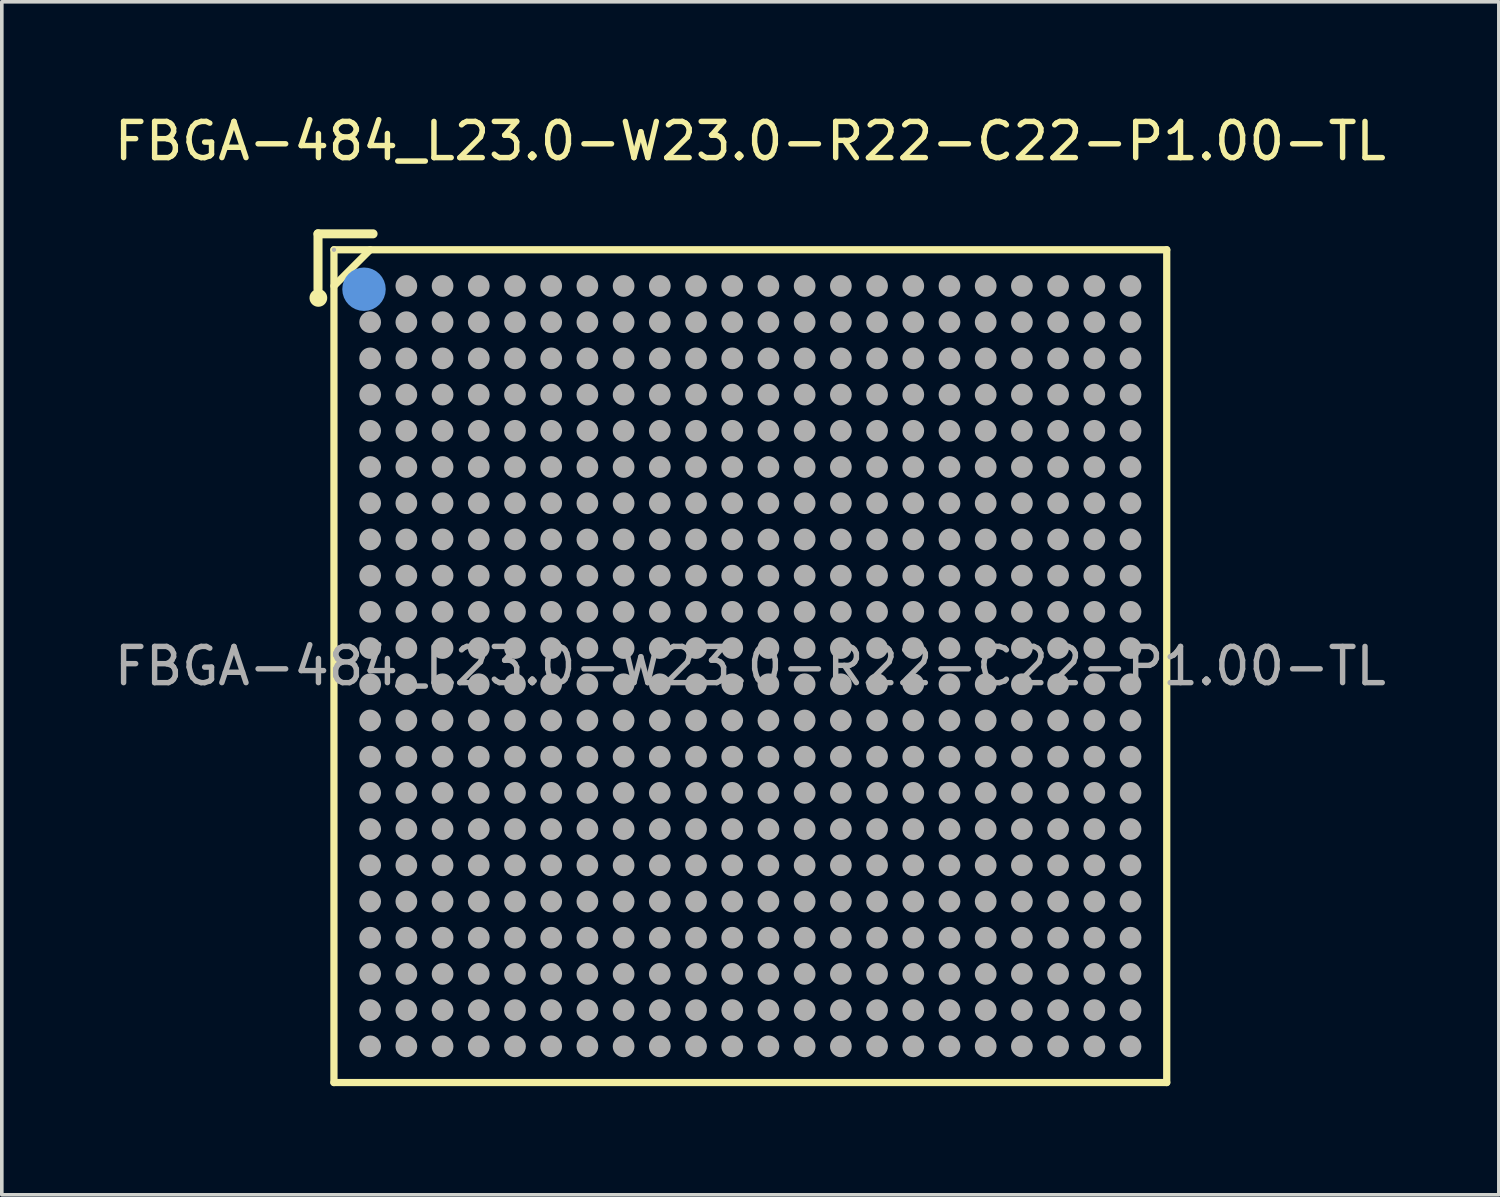
<source format=kicad_pcb>
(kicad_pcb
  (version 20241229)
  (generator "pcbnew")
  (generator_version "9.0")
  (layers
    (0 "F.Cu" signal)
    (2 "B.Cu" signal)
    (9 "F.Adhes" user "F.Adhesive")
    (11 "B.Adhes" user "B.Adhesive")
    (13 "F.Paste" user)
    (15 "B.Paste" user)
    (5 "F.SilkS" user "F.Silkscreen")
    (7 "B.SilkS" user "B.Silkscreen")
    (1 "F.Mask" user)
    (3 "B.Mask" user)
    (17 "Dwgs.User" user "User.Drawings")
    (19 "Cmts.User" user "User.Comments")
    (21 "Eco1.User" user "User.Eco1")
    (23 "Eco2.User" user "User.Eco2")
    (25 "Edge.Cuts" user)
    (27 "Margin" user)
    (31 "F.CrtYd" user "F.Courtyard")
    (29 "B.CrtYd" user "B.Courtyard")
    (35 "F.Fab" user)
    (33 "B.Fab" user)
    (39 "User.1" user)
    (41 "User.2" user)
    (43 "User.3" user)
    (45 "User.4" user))
  (footprint "FBGA-484_L23.0-W23.0-R22-C22-P1.00-TL"
    (layer "F.Cu")
    (at 17.673 15.348)
    (property "Reference" "FBGA-484_L23.0-W23.0-R22-C22-P1.00-TL" (at 0 -14.5 0) (layer "F.SilkS") (effects (font (size 1 1) (thickness 0.15))))
    (attr smd)
    (fp_line (start -11.94 -11.94) (end -11.94 -10.41) (stroke (width 0.25) (type solid)) (layer "F.SilkS"))
    (fp_line (start -11.5 -11.5) (end 11.5 -11.5) (stroke (width 0.2) (type solid)) (layer "F.SilkS"))
    (fp_line (start -11.5 -10.5) (end -10.5 -11.5) (stroke (width 0.2) (type solid)) (layer "F.SilkS"))
    (fp_line (start -11.5 11.5) (end -11.5 -11.5) (stroke (width 0.2) (type solid)) (layer "F.SilkS"))
    (fp_line (start -10.42 -11.94) (end -11.94 -11.94) (stroke (width 0.25) (type solid)) (layer "F.SilkS"))
    (fp_line (start 11.5 -11.5) (end 11.5 11.5) (stroke (width 0.2) (type solid)) (layer "F.SilkS"))
    (fp_line (start 11.5 11.5) (end -11.5 11.5) (stroke (width 0.2) (type solid)) (layer "F.SilkS"))
    (fp_arc (start -11.93 -10.29) (mid -11.924996 -10.050104) (end -11.94 -10.289583) (stroke (width 0.25) (type solid)) (layer "F.SilkS"))
    (fp_circle (center -10.67 -10.41) (end -10.37 -10.41) (stroke (width 0.6) (type solid)) (fill no) (layer "Cmts.User"))
    (fp_circle (center -11.5 -11.5) (end -11.47 -11.5) (stroke (width 0.06) (type solid)) (fill no) (layer "F.Fab"))
    (fp_circle (center -10.5 -10.5) (end -10.35 -10.5) (stroke (width 0.3) (type solid)) (fill no) (layer "F.Fab"))
    (fp_circle (center -10.5 -9.5) (end -10.35 -9.5) (stroke (width 0.3) (type solid)) (fill no) (layer "F.Fab"))
    (fp_circle (center -10.5 -8.5) (end -10.35 -8.5) (stroke (width 0.3) (type solid)) (fill no) (layer "F.Fab"))
    (fp_circle (center -10.5 -7.5) (end -10.35 -7.5) (stroke (width 0.3) (type solid)) (fill no) (layer "F.Fab"))
    (fp_circle (center -10.5 -6.5) (end -10.35 -6.5) (stroke (width 0.3) (type solid)) (fill no) (layer "F.Fab"))
    (fp_circle (center -10.5 -5.5) (end -10.35 -5.5) (stroke (width 0.3) (type solid)) (fill no) (layer "F.Fab"))
    (fp_circle (center -10.5 -4.5) (end -10.35 -4.5) (stroke (width 0.3) (type solid)) (fill no) (layer "F.Fab"))
    (fp_circle (center -10.5 -3.5) (end -10.35 -3.5) (stroke (width 0.3) (type solid)) (fill no) (layer "F.Fab"))
    (fp_circle (center -10.5 -2.5) (end -10.35 -2.5) (stroke (width 0.3) (type solid)) (fill no) (layer "F.Fab"))
    (fp_circle (center -10.5 -1.5) (end -10.35 -1.5) (stroke (width 0.3) (type solid)) (fill no) (layer "F.Fab"))
    (fp_circle (center -10.5 -0.5) (end -10.35 -0.5) (stroke (width 0.3) (type solid)) (fill no) (layer "F.Fab"))
    (fp_circle (center -10.5 0.5) (end -10.35 0.5) (stroke (width 0.3) (type solid)) (fill no) (layer "F.Fab"))
    (fp_circle (center -10.5 1.5) (end -10.35 1.5) (stroke (width 0.3) (type solid)) (fill no) (layer "F.Fab"))
    (fp_circle (center -10.5 2.5) (end -10.35 2.5) (stroke (width 0.3) (type solid)) (fill no) (layer "F.Fab"))
    (fp_circle (center -10.5 3.5) (end -10.35 3.5) (stroke (width 0.3) (type solid)) (fill no) (layer "F.Fab"))
    (fp_circle (center -10.5 4.5) (end -10.35 4.5) (stroke (width 0.3) (type solid)) (fill no) (layer "F.Fab"))
    (fp_circle (center -10.5 5.5) (end -10.35 5.5) (stroke (width 0.3) (type solid)) (fill no) (layer "F.Fab"))
    (fp_circle (center -10.5 6.5) (end -10.35 6.5) (stroke (width 0.3) (type solid)) (fill no) (layer "F.Fab"))
    (fp_circle (center -10.5 7.5) (end -10.35 7.5) (stroke (width 0.3) (type solid)) (fill no) (layer "F.Fab"))
    (fp_circle (center -10.5 8.5) (end -10.35 8.5) (stroke (width 0.3) (type solid)) (fill no) (layer "F.Fab"))
    (fp_circle (center -10.5 9.5) (end -10.35 9.5) (stroke (width 0.3) (type solid)) (fill no) (layer "F.Fab"))
    (fp_circle (center -10.5 10.5) (end -10.35 10.5) (stroke (width 0.3) (type solid)) (fill no) (layer "F.Fab"))
    (fp_circle (center -9.5 -10.5) (end -9.35 -10.5) (stroke (width 0.3) (type solid)) (fill no) (layer "F.Fab"))
    (fp_circle (center -9.5 -9.5) (end -9.35 -9.5) (stroke (width 0.3) (type solid)) (fill no) (layer "F.Fab"))
    (fp_circle (center -9.5 -8.5) (end -9.35 -8.5) (stroke (width 0.3) (type solid)) (fill no) (layer "F.Fab"))
    (fp_circle (center -9.5 -7.5) (end -9.35 -7.5) (stroke (width 0.3) (type solid)) (fill no) (layer "F.Fab"))
    (fp_circle (center -9.5 -6.5) (end -9.35 -6.5) (stroke (width 0.3) (type solid)) (fill no) (layer "F.Fab"))
    (fp_circle (center -9.5 -5.5) (end -9.35 -5.5) (stroke (width 0.3) (type solid)) (fill no) (layer "F.Fab"))
    (fp_circle (center -9.5 -4.5) (end -9.35 -4.5) (stroke (width 0.3) (type solid)) (fill no) (layer "F.Fab"))
    (fp_circle (center -9.5 -3.5) (end -9.35 -3.5) (stroke (width 0.3) (type solid)) (fill no) (layer "F.Fab"))
    (fp_circle (center -9.5 -2.5) (end -9.35 -2.5) (stroke (width 0.3) (type solid)) (fill no) (layer "F.Fab"))
    (fp_circle (center -9.5 -1.5) (end -9.35 -1.5) (stroke (width 0.3) (type solid)) (fill no) (layer "F.Fab"))
    (fp_circle (center -9.5 -0.5) (end -9.35 -0.5) (stroke (width 0.3) (type solid)) (fill no) (layer "F.Fab"))
    (fp_circle (center -9.5 0.5) (end -9.35 0.5) (stroke (width 0.3) (type solid)) (fill no) (layer "F.Fab"))
    (fp_circle (center -9.5 1.5) (end -9.35 1.5) (stroke (width 0.3) (type solid)) (fill no) (layer "F.Fab"))
    (fp_circle (center -9.5 2.5) (end -9.35 2.5) (stroke (width 0.3) (type solid)) (fill no) (layer "F.Fab"))
    (fp_circle (center -9.5 3.5) (end -9.35 3.5) (stroke (width 0.3) (type solid)) (fill no) (layer "F.Fab"))
    (fp_circle (center -9.5 4.5) (end -9.35 4.5) (stroke (width 0.3) (type solid)) (fill no) (layer "F.Fab"))
    (fp_circle (center -9.5 5.5) (end -9.35 5.5) (stroke (width 0.3) (type solid)) (fill no) (layer "F.Fab"))
    (fp_circle (center -9.5 6.5) (end -9.35 6.5) (stroke (width 0.3) (type solid)) (fill no) (layer "F.Fab"))
    (fp_circle (center -9.5 7.5) (end -9.35 7.5) (stroke (width 0.3) (type solid)) (fill no) (layer "F.Fab"))
    (fp_circle (center -9.5 8.5) (end -9.35 8.5) (stroke (width 0.3) (type solid)) (fill no) (layer "F.Fab"))
    (fp_circle (center -9.5 9.5) (end -9.35 9.5) (stroke (width 0.3) (type solid)) (fill no) (layer "F.Fab"))
    (fp_circle (center -9.5 10.5) (end -9.35 10.5) (stroke (width 0.3) (type solid)) (fill no) (layer "F.Fab"))
    (fp_circle (center -8.5 -10.5) (end -8.35 -10.5) (stroke (width 0.3) (type solid)) (fill no) (layer "F.Fab"))
    (fp_circle (center -8.5 -9.5) (end -8.35 -9.5) (stroke (width 0.3) (type solid)) (fill no) (layer "F.Fab"))
    (fp_circle (center -8.5 -8.5) (end -8.35 -8.5) (stroke (width 0.3) (type solid)) (fill no) (layer "F.Fab"))
    (fp_circle (center -8.5 -7.5) (end -8.35 -7.5) (stroke (width 0.3) (type solid)) (fill no) (layer "F.Fab"))
    (fp_circle (center -8.5 -6.5) (end -8.35 -6.5) (stroke (width 0.3) (type solid)) (fill no) (layer "F.Fab"))
    (fp_circle (center -8.5 -5.5) (end -8.35 -5.5) (stroke (width 0.3) (type solid)) (fill no) (layer "F.Fab"))
    (fp_circle (center -8.5 -4.5) (end -8.35 -4.5) (stroke (width 0.3) (type solid)) (fill no) (layer "F.Fab"))
    (fp_circle (center -8.5 -3.5) (end -8.35 -3.5) (stroke (width 0.3) (type solid)) (fill no) (layer "F.Fab"))
    (fp_circle (center -8.5 -2.5) (end -8.35 -2.5) (stroke (width 0.3) (type solid)) (fill no) (layer "F.Fab"))
    (fp_circle (center -8.5 -1.5) (end -8.35 -1.5) (stroke (width 0.3) (type solid)) (fill no) (layer "F.Fab"))
    (fp_circle (center -8.5 -0.5) (end -8.35 -0.5) (stroke (width 0.3) (type solid)) (fill no) (layer "F.Fab"))
    (fp_circle (center -8.5 0.5) (end -8.35 0.5) (stroke (width 0.3) (type solid)) (fill no) (layer "F.Fab"))
    (fp_circle (center -8.5 1.5) (end -8.35 1.5) (stroke (width 0.3) (type solid)) (fill no) (layer "F.Fab"))
    (fp_circle (center -8.5 2.5) (end -8.35 2.5) (stroke (width 0.3) (type solid)) (fill no) (layer "F.Fab"))
    (fp_circle (center -8.5 3.5) (end -8.35 3.5) (stroke (width 0.3) (type solid)) (fill no) (layer "F.Fab"))
    (fp_circle (center -8.5 4.5) (end -8.35 4.5) (stroke (width 0.3) (type solid)) (fill no) (layer "F.Fab"))
    (fp_circle (center -8.5 5.5) (end -8.35 5.5) (stroke (width 0.3) (type solid)) (fill no) (layer "F.Fab"))
    (fp_circle (center -8.5 6.5) (end -8.35 6.5) (stroke (width 0.3) (type solid)) (fill no) (layer "F.Fab"))
    (fp_circle (center -8.5 7.5) (end -8.35 7.5) (stroke (width 0.3) (type solid)) (fill no) (layer "F.Fab"))
    (fp_circle (center -8.5 8.5) (end -8.35 8.5) (stroke (width 0.3) (type solid)) (fill no) (layer "F.Fab"))
    (fp_circle (center -8.5 9.5) (end -8.35 9.5) (stroke (width 0.3) (type solid)) (fill no) (layer "F.Fab"))
    (fp_circle (center -8.5 10.5) (end -8.35 10.5) (stroke (width 0.3) (type solid)) (fill no) (layer "F.Fab"))
    (fp_circle (center -7.5 -10.5) (end -7.35 -10.5) (stroke (width 0.3) (type solid)) (fill no) (layer "F.Fab"))
    (fp_circle (center -7.5 -9.5) (end -7.35 -9.5) (stroke (width 0.3) (type solid)) (fill no) (layer "F.Fab"))
    (fp_circle (center -7.5 -8.5) (end -7.35 -8.5) (stroke (width 0.3) (type solid)) (fill no) (layer "F.Fab"))
    (fp_circle (center -7.5 -7.5) (end -7.35 -7.5) (stroke (width 0.3) (type solid)) (fill no) (layer "F.Fab"))
    (fp_circle (center -7.5 -6.5) (end -7.35 -6.5) (stroke (width 0.3) (type solid)) (fill no) (layer "F.Fab"))
    (fp_circle (center -7.5 -5.5) (end -7.35 -5.5) (stroke (width 0.3) (type solid)) (fill no) (layer "F.Fab"))
    (fp_circle (center -7.5 -4.5) (end -7.35 -4.5) (stroke (width 0.3) (type solid)) (fill no) (layer "F.Fab"))
    (fp_circle (center -7.5 -3.5) (end -7.35 -3.5) (stroke (width 0.3) (type solid)) (fill no) (layer "F.Fab"))
    (fp_circle (center -7.5 -2.5) (end -7.35 -2.5) (stroke (width 0.3) (type solid)) (fill no) (layer "F.Fab"))
    (fp_circle (center -7.5 -1.5) (end -7.35 -1.5) (stroke (width 0.3) (type solid)) (fill no) (layer "F.Fab"))
    (fp_circle (center -7.5 -0.5) (end -7.35 -0.5) (stroke (width 0.3) (type solid)) (fill no) (layer "F.Fab"))
    (fp_circle (center -7.5 0.5) (end -7.35 0.5) (stroke (width 0.3) (type solid)) (fill no) (layer "F.Fab"))
    (fp_circle (center -7.5 1.5) (end -7.35 1.5) (stroke (width 0.3) (type solid)) (fill no) (layer "F.Fab"))
    (fp_circle (center -7.5 2.5) (end -7.35 2.5) (stroke (width 0.3) (type solid)) (fill no) (layer "F.Fab"))
    (fp_circle (center -7.5 3.5) (end -7.35 3.5) (stroke (width 0.3) (type solid)) (fill no) (layer "F.Fab"))
    (fp_circle (center -7.5 4.5) (end -7.35 4.5) (stroke (width 0.3) (type solid)) (fill no) (layer "F.Fab"))
    (fp_circle (center -7.5 5.5) (end -7.35 5.5) (stroke (width 0.3) (type solid)) (fill no) (layer "F.Fab"))
    (fp_circle (center -7.5 6.5) (end -7.35 6.5) (stroke (width 0.3) (type solid)) (fill no) (layer "F.Fab"))
    (fp_circle (center -7.5 7.5) (end -7.35 7.5) (stroke (width 0.3) (type solid)) (fill no) (layer "F.Fab"))
    (fp_circle (center -7.5 8.5) (end -7.35 8.5) (stroke (width 0.3) (type solid)) (fill no) (layer "F.Fab"))
    (fp_circle (center -7.5 9.5) (end -7.35 9.5) (stroke (width 0.3) (type solid)) (fill no) (layer "F.Fab"))
    (fp_circle (center -7.5 10.5) (end -7.35 10.5) (stroke (width 0.3) (type solid)) (fill no) (layer "F.Fab"))
    (fp_circle (center -6.5 -10.5) (end -6.35 -10.5) (stroke (width 0.3) (type solid)) (fill no) (layer "F.Fab"))
    (fp_circle (center -6.5 -9.5) (end -6.35 -9.5) (stroke (width 0.3) (type solid)) (fill no) (layer "F.Fab"))
    (fp_circle (center -6.5 -8.5) (end -6.35 -8.5) (stroke (width 0.3) (type solid)) (fill no) (layer "F.Fab"))
    (fp_circle (center -6.5 -7.5) (end -6.35 -7.5) (stroke (width 0.3) (type solid)) (fill no) (layer "F.Fab"))
    (fp_circle (center -6.5 -6.5) (end -6.35 -6.5) (stroke (width 0.3) (type solid)) (fill no) (layer "F.Fab"))
    (fp_circle (center -6.5 -5.5) (end -6.35 -5.5) (stroke (width 0.3) (type solid)) (fill no) (layer "F.Fab"))
    (fp_circle (center -6.5 -4.5) (end -6.35 -4.5) (stroke (width 0.3) (type solid)) (fill no) (layer "F.Fab"))
    (fp_circle (center -6.5 -3.5) (end -6.35 -3.5) (stroke (width 0.3) (type solid)) (fill no) (layer "F.Fab"))
    (fp_circle (center -6.5 -2.5) (end -6.35 -2.5) (stroke (width 0.3) (type solid)) (fill no) (layer "F.Fab"))
    (fp_circle (center -6.5 -1.5) (end -6.35 -1.5) (stroke (width 0.3) (type solid)) (fill no) (layer "F.Fab"))
    (fp_circle (center -6.5 -0.5) (end -6.35 -0.5) (stroke (width 0.3) (type solid)) (fill no) (layer "F.Fab"))
    (fp_circle (center -6.5 0.5) (end -6.35 0.5) (stroke (width 0.3) (type solid)) (fill no) (layer "F.Fab"))
    (fp_circle (center -6.5 1.5) (end -6.35 1.5) (stroke (width 0.3) (type solid)) (fill no) (layer "F.Fab"))
    (fp_circle (center -6.5 2.5) (end -6.35 2.5) (stroke (width 0.3) (type solid)) (fill no) (layer "F.Fab"))
    (fp_circle (center -6.5 3.5) (end -6.35 3.5) (stroke (width 0.3) (type solid)) (fill no) (layer "F.Fab"))
    (fp_circle (center -6.5 4.5) (end -6.35 4.5) (stroke (width 0.3) (type solid)) (fill no) (layer "F.Fab"))
    (fp_circle (center -6.5 5.5) (end -6.35 5.5) (stroke (width 0.3) (type solid)) (fill no) (layer "F.Fab"))
    (fp_circle (center -6.5 6.5) (end -6.35 6.5) (stroke (width 0.3) (type solid)) (fill no) (layer "F.Fab"))
    (fp_circle (center -6.5 7.5) (end -6.35 7.5) (stroke (width 0.3) (type solid)) (fill no) (layer "F.Fab"))
    (fp_circle (center -6.5 8.5) (end -6.35 8.5) (stroke (width 0.3) (type solid)) (fill no) (layer "F.Fab"))
    (fp_circle (center -6.5 9.5) (end -6.35 9.5) (stroke (width 0.3) (type solid)) (fill no) (layer "F.Fab"))
    (fp_circle (center -6.5 10.5) (end -6.35 10.5) (stroke (width 0.3) (type solid)) (fill no) (layer "F.Fab"))
    (fp_circle (center -5.5 -10.5) (end -5.35 -10.5) (stroke (width 0.3) (type solid)) (fill no) (layer "F.Fab"))
    (fp_circle (center -5.5 -9.5) (end -5.35 -9.5) (stroke (width 0.3) (type solid)) (fill no) (layer "F.Fab"))
    (fp_circle (center -5.5 -8.5) (end -5.35 -8.5) (stroke (width 0.3) (type solid)) (fill no) (layer "F.Fab"))
    (fp_circle (center -5.5 -7.5) (end -5.35 -7.5) (stroke (width 0.3) (type solid)) (fill no) (layer "F.Fab"))
    (fp_circle (center -5.5 -6.5) (end -5.35 -6.5) (stroke (width 0.3) (type solid)) (fill no) (layer "F.Fab"))
    (fp_circle (center -5.5 -5.5) (end -5.35 -5.5) (stroke (width 0.3) (type solid)) (fill no) (layer "F.Fab"))
    (fp_circle (center -5.5 -4.5) (end -5.35 -4.5) (stroke (width 0.3) (type solid)) (fill no) (layer "F.Fab"))
    (fp_circle (center -5.5 -3.5) (end -5.35 -3.5) (stroke (width 0.3) (type solid)) (fill no) (layer "F.Fab"))
    (fp_circle (center -5.5 -2.5) (end -5.35 -2.5) (stroke (width 0.3) (type solid)) (fill no) (layer "F.Fab"))
    (fp_circle (center -5.5 -1.5) (end -5.35 -1.5) (stroke (width 0.3) (type solid)) (fill no) (layer "F.Fab"))
    (fp_circle (center -5.5 -0.5) (end -5.35 -0.5) (stroke (width 0.3) (type solid)) (fill no) (layer "F.Fab"))
    (fp_circle (center -5.5 0.5) (end -5.35 0.5) (stroke (width 0.3) (type solid)) (fill no) (layer "F.Fab"))
    (fp_circle (center -5.5 1.5) (end -5.35 1.5) (stroke (width 0.3) (type solid)) (fill no) (layer "F.Fab"))
    (fp_circle (center -5.5 2.5) (end -5.35 2.5) (stroke (width 0.3) (type solid)) (fill no) (layer "F.Fab"))
    (fp_circle (center -5.5 3.5) (end -5.35 3.5) (stroke (width 0.3) (type solid)) (fill no) (layer "F.Fab"))
    (fp_circle (center -5.5 4.5) (end -5.35 4.5) (stroke (width 0.3) (type solid)) (fill no) (layer "F.Fab"))
    (fp_circle (center -5.5 5.5) (end -5.35 5.5) (stroke (width 0.3) (type solid)) (fill no) (layer "F.Fab"))
    (fp_circle (center -5.5 6.5) (end -5.35 6.5) (stroke (width 0.3) (type solid)) (fill no) (layer "F.Fab"))
    (fp_circle (center -5.5 7.5) (end -5.35 7.5) (stroke (width 0.3) (type solid)) (fill no) (layer "F.Fab"))
    (fp_circle (center -5.5 8.5) (end -5.35 8.5) (stroke (width 0.3) (type solid)) (fill no) (layer "F.Fab"))
    (fp_circle (center -5.5 9.5) (end -5.35 9.5) (stroke (width 0.3) (type solid)) (fill no) (layer "F.Fab"))
    (fp_circle (center -5.5 10.5) (end -5.35 10.5) (stroke (width 0.3) (type solid)) (fill no) (layer "F.Fab"))
    (fp_circle (center -4.5 -10.5) (end -4.35 -10.5) (stroke (width 0.3) (type solid)) (fill no) (layer "F.Fab"))
    (fp_circle (center -4.5 -9.5) (end -4.35 -9.5) (stroke (width 0.3) (type solid)) (fill no) (layer "F.Fab"))
    (fp_circle (center -4.5 -8.5) (end -4.35 -8.5) (stroke (width 0.3) (type solid)) (fill no) (layer "F.Fab"))
    (fp_circle (center -4.5 -7.5) (end -4.35 -7.5) (stroke (width 0.3) (type solid)) (fill no) (layer "F.Fab"))
    (fp_circle (center -4.5 -6.5) (end -4.35 -6.5) (stroke (width 0.3) (type solid)) (fill no) (layer "F.Fab"))
    (fp_circle (center -4.5 -5.5) (end -4.35 -5.5) (stroke (width 0.3) (type solid)) (fill no) (layer "F.Fab"))
    (fp_circle (center -4.5 -4.5) (end -4.35 -4.5) (stroke (width 0.3) (type solid)) (fill no) (layer "F.Fab"))
    (fp_circle (center -4.5 -3.5) (end -4.35 -3.5) (stroke (width 0.3) (type solid)) (fill no) (layer "F.Fab"))
    (fp_circle (center -4.5 -2.5) (end -4.35 -2.5) (stroke (width 0.3) (type solid)) (fill no) (layer "F.Fab"))
    (fp_circle (center -4.5 -1.5) (end -4.35 -1.5) (stroke (width 0.3) (type solid)) (fill no) (layer "F.Fab"))
    (fp_circle (center -4.5 -0.5) (end -4.35 -0.5) (stroke (width 0.3) (type solid)) (fill no) (layer "F.Fab"))
    (fp_circle (center -4.5 0.5) (end -4.35 0.5) (stroke (width 0.3) (type solid)) (fill no) (layer "F.Fab"))
    (fp_circle (center -4.5 1.5) (end -4.35 1.5) (stroke (width 0.3) (type solid)) (fill no) (layer "F.Fab"))
    (fp_circle (center -4.5 2.5) (end -4.35 2.5) (stroke (width 0.3) (type solid)) (fill no) (layer "F.Fab"))
    (fp_circle (center -4.5 3.5) (end -4.35 3.5) (stroke (width 0.3) (type solid)) (fill no) (layer "F.Fab"))
    (fp_circle (center -4.5 4.5) (end -4.35 4.5) (stroke (width 0.3) (type solid)) (fill no) (layer "F.Fab"))
    (fp_circle (center -4.5 5.5) (end -4.35 5.5) (stroke (width 0.3) (type solid)) (fill no) (layer "F.Fab"))
    (fp_circle (center -4.5 6.5) (end -4.35 6.5) (stroke (width 0.3) (type solid)) (fill no) (layer "F.Fab"))
    (fp_circle (center -4.5 7.5) (end -4.35 7.5) (stroke (width 0.3) (type solid)) (fill no) (layer "F.Fab"))
    (fp_circle (center -4.5 8.5) (end -4.35 8.5) (stroke (width 0.3) (type solid)) (fill no) (layer "F.Fab"))
    (fp_circle (center -4.5 9.5) (end -4.35 9.5) (stroke (width 0.3) (type solid)) (fill no) (layer "F.Fab"))
    (fp_circle (center -4.5 10.5) (end -4.35 10.5) (stroke (width 0.3) (type solid)) (fill no) (layer "F.Fab"))
    (fp_circle (center -3.5 -10.5) (end -3.35 -10.5) (stroke (width 0.3) (type solid)) (fill no) (layer "F.Fab"))
    (fp_circle (center -3.5 -9.5) (end -3.35 -9.5) (stroke (width 0.3) (type solid)) (fill no) (layer "F.Fab"))
    (fp_circle (center -3.5 -8.5) (end -3.35 -8.5) (stroke (width 0.3) (type solid)) (fill no) (layer "F.Fab"))
    (fp_circle (center -3.5 -7.5) (end -3.35 -7.5) (stroke (width 0.3) (type solid)) (fill no) (layer "F.Fab"))
    (fp_circle (center -3.5 -6.5) (end -3.35 -6.5) (stroke (width 0.3) (type solid)) (fill no) (layer "F.Fab"))
    (fp_circle (center -3.5 -5.5) (end -3.35 -5.5) (stroke (width 0.3) (type solid)) (fill no) (layer "F.Fab"))
    (fp_circle (center -3.5 -4.5) (end -3.35 -4.5) (stroke (width 0.3) (type solid)) (fill no) (layer "F.Fab"))
    (fp_circle (center -3.5 -3.5) (end -3.35 -3.5) (stroke (width 0.3) (type solid)) (fill no) (layer "F.Fab"))
    (fp_circle (center -3.5 -2.5) (end -3.35 -2.5) (stroke (width 0.3) (type solid)) (fill no) (layer "F.Fab"))
    (fp_circle (center -3.5 -1.5) (end -3.35 -1.5) (stroke (width 0.3) (type solid)) (fill no) (layer "F.Fab"))
    (fp_circle (center -3.5 -0.5) (end -3.35 -0.5) (stroke (width 0.3) (type solid)) (fill no) (layer "F.Fab"))
    (fp_circle (center -3.5 0.5) (end -3.35 0.5) (stroke (width 0.3) (type solid)) (fill no) (layer "F.Fab"))
    (fp_circle (center -3.5 1.5) (end -3.35 1.5) (stroke (width 0.3) (type solid)) (fill no) (layer "F.Fab"))
    (fp_circle (center -3.5 2.5) (end -3.35 2.5) (stroke (width 0.3) (type solid)) (fill no) (layer "F.Fab"))
    (fp_circle (center -3.5 3.5) (end -3.35 3.5) (stroke (width 0.3) (type solid)) (fill no) (layer "F.Fab"))
    (fp_circle (center -3.5 4.5) (end -3.35 4.5) (stroke (width 0.3) (type solid)) (fill no) (layer "F.Fab"))
    (fp_circle (center -3.5 5.5) (end -3.35 5.5) (stroke (width 0.3) (type solid)) (fill no) (layer "F.Fab"))
    (fp_circle (center -3.5 6.5) (end -3.35 6.5) (stroke (width 0.3) (type solid)) (fill no) (layer "F.Fab"))
    (fp_circle (center -3.5 7.5) (end -3.35 7.5) (stroke (width 0.3) (type solid)) (fill no) (layer "F.Fab"))
    (fp_circle (center -3.5 8.5) (end -3.35 8.5) (stroke (width 0.3) (type solid)) (fill no) (layer "F.Fab"))
    (fp_circle (center -3.5 9.5) (end -3.35 9.5) (stroke (width 0.3) (type solid)) (fill no) (layer "F.Fab"))
    (fp_circle (center -3.5 10.5) (end -3.35 10.5) (stroke (width 0.3) (type solid)) (fill no) (layer "F.Fab"))
    (fp_circle (center -2.5 -10.5) (end -2.35 -10.5) (stroke (width 0.3) (type solid)) (fill no) (layer "F.Fab"))
    (fp_circle (center -2.5 -9.5) (end -2.35 -9.5) (stroke (width 0.3) (type solid)) (fill no) (layer "F.Fab"))
    (fp_circle (center -2.5 -8.5) (end -2.35 -8.5) (stroke (width 0.3) (type solid)) (fill no) (layer "F.Fab"))
    (fp_circle (center -2.5 -7.5) (end -2.35 -7.5) (stroke (width 0.3) (type solid)) (fill no) (layer "F.Fab"))
    (fp_circle (center -2.5 -6.5) (end -2.35 -6.5) (stroke (width 0.3) (type solid)) (fill no) (layer "F.Fab"))
    (fp_circle (center -2.5 -5.5) (end -2.35 -5.5) (stroke (width 0.3) (type solid)) (fill no) (layer "F.Fab"))
    (fp_circle (center -2.5 -4.5) (end -2.35 -4.5) (stroke (width 0.3) (type solid)) (fill no) (layer "F.Fab"))
    (fp_circle (center -2.5 -3.5) (end -2.35 -3.5) (stroke (width 0.3) (type solid)) (fill no) (layer "F.Fab"))
    (fp_circle (center -2.5 -2.5) (end -2.35 -2.5) (stroke (width 0.3) (type solid)) (fill no) (layer "F.Fab"))
    (fp_circle (center -2.5 -1.5) (end -2.35 -1.5) (stroke (width 0.3) (type solid)) (fill no) (layer "F.Fab"))
    (fp_circle (center -2.5 -0.5) (end -2.35 -0.5) (stroke (width 0.3) (type solid)) (fill no) (layer "F.Fab"))
    (fp_circle (center -2.5 0.5) (end -2.35 0.5) (stroke (width 0.3) (type solid)) (fill no) (layer "F.Fab"))
    (fp_circle (center -2.5 1.5) (end -2.35 1.5) (stroke (width 0.3) (type solid)) (fill no) (layer "F.Fab"))
    (fp_circle (center -2.5 2.5) (end -2.35 2.5) (stroke (width 0.3) (type solid)) (fill no) (layer "F.Fab"))
    (fp_circle (center -2.5 3.5) (end -2.35 3.5) (stroke (width 0.3) (type solid)) (fill no) (layer "F.Fab"))
    (fp_circle (center -2.5 4.5) (end -2.35 4.5) (stroke (width 0.3) (type solid)) (fill no) (layer "F.Fab"))
    (fp_circle (center -2.5 5.5) (end -2.35 5.5) (stroke (width 0.3) (type solid)) (fill no) (layer "F.Fab"))
    (fp_circle (center -2.5 6.5) (end -2.35 6.5) (stroke (width 0.3) (type solid)) (fill no) (layer "F.Fab"))
    (fp_circle (center -2.5 7.5) (end -2.35 7.5) (stroke (width 0.3) (type solid)) (fill no) (layer "F.Fab"))
    (fp_circle (center -2.5 8.5) (end -2.35 8.5) (stroke (width 0.3) (type solid)) (fill no) (layer "F.Fab"))
    (fp_circle (center -2.5 9.5) (end -2.35 9.5) (stroke (width 0.3) (type solid)) (fill no) (layer "F.Fab"))
    (fp_circle (center -2.5 10.5) (end -2.35 10.5) (stroke (width 0.3) (type solid)) (fill no) (layer "F.Fab"))
    (fp_circle (center -1.5 -10.5) (end -1.35 -10.5) (stroke (width 0.3) (type solid)) (fill no) (layer "F.Fab"))
    (fp_circle (center -1.5 -9.5) (end -1.35 -9.5) (stroke (width 0.3) (type solid)) (fill no) (layer "F.Fab"))
    (fp_circle (center -1.5 -8.5) (end -1.35 -8.5) (stroke (width 0.3) (type solid)) (fill no) (layer "F.Fab"))
    (fp_circle (center -1.5 -7.5) (end -1.35 -7.5) (stroke (width 0.3) (type solid)) (fill no) (layer "F.Fab"))
    (fp_circle (center -1.5 -6.5) (end -1.35 -6.5) (stroke (width 0.3) (type solid)) (fill no) (layer "F.Fab"))
    (fp_circle (center -1.5 -5.5) (end -1.35 -5.5) (stroke (width 0.3) (type solid)) (fill no) (layer "F.Fab"))
    (fp_circle (center -1.5 -4.5) (end -1.35 -4.5) (stroke (width 0.3) (type solid)) (fill no) (layer "F.Fab"))
    (fp_circle (center -1.5 -3.5) (end -1.35 -3.5) (stroke (width 0.3) (type solid)) (fill no) (layer "F.Fab"))
    (fp_circle (center -1.5 -2.5) (end -1.35 -2.5) (stroke (width 0.3) (type solid)) (fill no) (layer "F.Fab"))
    (fp_circle (center -1.5 -1.5) (end -1.35 -1.5) (stroke (width 0.3) (type solid)) (fill no) (layer "F.Fab"))
    (fp_circle (center -1.5 -0.5) (end -1.35 -0.5) (stroke (width 0.3) (type solid)) (fill no) (layer "F.Fab"))
    (fp_circle (center -1.5 0.5) (end -1.35 0.5) (stroke (width 0.3) (type solid)) (fill no) (layer "F.Fab"))
    (fp_circle (center -1.5 1.5) (end -1.35 1.5) (stroke (width 0.3) (type solid)) (fill no) (layer "F.Fab"))
    (fp_circle (center -1.5 2.5) (end -1.35 2.5) (stroke (width 0.3) (type solid)) (fill no) (layer "F.Fab"))
    (fp_circle (center -1.5 3.5) (end -1.35 3.5) (stroke (width 0.3) (type solid)) (fill no) (layer "F.Fab"))
    (fp_circle (center -1.5 4.5) (end -1.35 4.5) (stroke (width 0.3) (type solid)) (fill no) (layer "F.Fab"))
    (fp_circle (center -1.5 5.5) (end -1.35 5.5) (stroke (width 0.3) (type solid)) (fill no) (layer "F.Fab"))
    (fp_circle (center -1.5 6.5) (end -1.35 6.5) (stroke (width 0.3) (type solid)) (fill no) (layer "F.Fab"))
    (fp_circle (center -1.5 7.5) (end -1.35 7.5) (stroke (width 0.3) (type solid)) (fill no) (layer "F.Fab"))
    (fp_circle (center -1.5 8.5) (end -1.35 8.5) (stroke (width 0.3) (type solid)) (fill no) (layer "F.Fab"))
    (fp_circle (center -1.5 9.5) (end -1.35 9.5) (stroke (width 0.3) (type solid)) (fill no) (layer "F.Fab"))
    (fp_circle (center -1.5 10.5) (end -1.35 10.5) (stroke (width 0.3) (type solid)) (fill no) (layer "F.Fab"))
    (fp_circle (center -0.5 -10.5) (end -0.35 -10.5) (stroke (width 0.3) (type solid)) (fill no) (layer "F.Fab"))
    (fp_circle (center -0.5 -9.5) (end -0.35 -9.5) (stroke (width 0.3) (type solid)) (fill no) (layer "F.Fab"))
    (fp_circle (center -0.5 -8.5) (end -0.35 -8.5) (stroke (width 0.3) (type solid)) (fill no) (layer "F.Fab"))
    (fp_circle (center -0.5 -7.5) (end -0.35 -7.5) (stroke (width 0.3) (type solid)) (fill no) (layer "F.Fab"))
    (fp_circle (center -0.5 -6.5) (end -0.35 -6.5) (stroke (width 0.3) (type solid)) (fill no) (layer "F.Fab"))
    (fp_circle (center -0.5 -5.5) (end -0.35 -5.5) (stroke (width 0.3) (type solid)) (fill no) (layer "F.Fab"))
    (fp_circle (center -0.5 -4.5) (end -0.35 -4.5) (stroke (width 0.3) (type solid)) (fill no) (layer "F.Fab"))
    (fp_circle (center -0.5 -3.5) (end -0.35 -3.5) (stroke (width 0.3) (type solid)) (fill no) (layer "F.Fab"))
    (fp_circle (center -0.5 -2.5) (end -0.35 -2.5) (stroke (width 0.3) (type solid)) (fill no) (layer "F.Fab"))
    (fp_circle (center -0.5 -1.5) (end -0.35 -1.5) (stroke (width 0.3) (type solid)) (fill no) (layer "F.Fab"))
    (fp_circle (center -0.5 -0.5) (end -0.35 -0.5) (stroke (width 0.3) (type solid)) (fill no) (layer "F.Fab"))
    (fp_circle (center -0.5 0.5) (end -0.35 0.5) (stroke (width 0.3) (type solid)) (fill no) (layer "F.Fab"))
    (fp_circle (center -0.5 1.5) (end -0.35 1.5) (stroke (width 0.3) (type solid)) (fill no) (layer "F.Fab"))
    (fp_circle (center -0.5 2.5) (end -0.35 2.5) (stroke (width 0.3) (type solid)) (fill no) (layer "F.Fab"))
    (fp_circle (center -0.5 3.5) (end -0.35 3.5) (stroke (width 0.3) (type solid)) (fill no) (layer "F.Fab"))
    (fp_circle (center -0.5 4.5) (end -0.35 4.5) (stroke (width 0.3) (type solid)) (fill no) (layer "F.Fab"))
    (fp_circle (center -0.5 5.5) (end -0.35 5.5) (stroke (width 0.3) (type solid)) (fill no) (layer "F.Fab"))
    (fp_circle (center -0.5 6.5) (end -0.35 6.5) (stroke (width 0.3) (type solid)) (fill no) (layer "F.Fab"))
    (fp_circle (center -0.5 7.5) (end -0.35 7.5) (stroke (width 0.3) (type solid)) (fill no) (layer "F.Fab"))
    (fp_circle (center -0.5 8.5) (end -0.35 8.5) (stroke (width 0.3) (type solid)) (fill no) (layer "F.Fab"))
    (fp_circle (center -0.5 9.5) (end -0.35 9.5) (stroke (width 0.3) (type solid)) (fill no) (layer "F.Fab"))
    (fp_circle (center -0.5 10.5) (end -0.35 10.5) (stroke (width 0.3) (type solid)) (fill no) (layer "F.Fab"))
    (fp_circle (center 0.5 -10.5) (end 0.65 -10.5) (stroke (width 0.3) (type solid)) (fill no) (layer "F.Fab"))
    (fp_circle (center 0.5 -9.5) (end 0.65 -9.5) (stroke (width 0.3) (type solid)) (fill no) (layer "F.Fab"))
    (fp_circle (center 0.5 -8.5) (end 0.65 -8.5) (stroke (width 0.3) (type solid)) (fill no) (layer "F.Fab"))
    (fp_circle (center 0.5 -7.5) (end 0.65 -7.5) (stroke (width 0.3) (type solid)) (fill no) (layer "F.Fab"))
    (fp_circle (center 0.5 -6.5) (end 0.65 -6.5) (stroke (width 0.3) (type solid)) (fill no) (layer "F.Fab"))
    (fp_circle (center 0.5 -5.5) (end 0.65 -5.5) (stroke (width 0.3) (type solid)) (fill no) (layer "F.Fab"))
    (fp_circle (center 0.5 -4.5) (end 0.65 -4.5) (stroke (width 0.3) (type solid)) (fill no) (layer "F.Fab"))
    (fp_circle (center 0.5 -3.5) (end 0.65 -3.5) (stroke (width 0.3) (type solid)) (fill no) (layer "F.Fab"))
    (fp_circle (center 0.5 -2.5) (end 0.65 -2.5) (stroke (width 0.3) (type solid)) (fill no) (layer "F.Fab"))
    (fp_circle (center 0.5 -1.5) (end 0.65 -1.5) (stroke (width 0.3) (type solid)) (fill no) (layer "F.Fab"))
    (fp_circle (center 0.5 -0.5) (end 0.65 -0.5) (stroke (width 0.3) (type solid)) (fill no) (layer "F.Fab"))
    (fp_circle (center 0.5 0.5) (end 0.65 0.5) (stroke (width 0.3) (type solid)) (fill no) (layer "F.Fab"))
    (fp_circle (center 0.5 1.5) (end 0.65 1.5) (stroke (width 0.3) (type solid)) (fill no) (layer "F.Fab"))
    (fp_circle (center 0.5 2.5) (end 0.65 2.5) (stroke (width 0.3) (type solid)) (fill no) (layer "F.Fab"))
    (fp_circle (center 0.5 3.5) (end 0.65 3.5) (stroke (width 0.3) (type solid)) (fill no) (layer "F.Fab"))
    (fp_circle (center 0.5 4.5) (end 0.65 4.5) (stroke (width 0.3) (type solid)) (fill no) (layer "F.Fab"))
    (fp_circle (center 0.5 5.5) (end 0.65 5.5) (stroke (width 0.3) (type solid)) (fill no) (layer "F.Fab"))
    (fp_circle (center 0.5 6.5) (end 0.65 6.5) (stroke (width 0.3) (type solid)) (fill no) (layer "F.Fab"))
    (fp_circle (center 0.5 7.5) (end 0.65 7.5) (stroke (width 0.3) (type solid)) (fill no) (layer "F.Fab"))
    (fp_circle (center 0.5 8.5) (end 0.65 8.5) (stroke (width 0.3) (type solid)) (fill no) (layer "F.Fab"))
    (fp_circle (center 0.5 9.5) (end 0.65 9.5) (stroke (width 0.3) (type solid)) (fill no) (layer "F.Fab"))
    (fp_circle (center 0.5 10.5) (end 0.65 10.5) (stroke (width 0.3) (type solid)) (fill no) (layer "F.Fab"))
    (fp_circle (center 1.5 -10.5) (end 1.65 -10.5) (stroke (width 0.3) (type solid)) (fill no) (layer "F.Fab"))
    (fp_circle (center 1.5 -9.5) (end 1.65 -9.5) (stroke (width 0.3) (type solid)) (fill no) (layer "F.Fab"))
    (fp_circle (center 1.5 -8.5) (end 1.65 -8.5) (stroke (width 0.3) (type solid)) (fill no) (layer "F.Fab"))
    (fp_circle (center 1.5 -7.5) (end 1.65 -7.5) (stroke (width 0.3) (type solid)) (fill no) (layer "F.Fab"))
    (fp_circle (center 1.5 -6.5) (end 1.65 -6.5) (stroke (width 0.3) (type solid)) (fill no) (layer "F.Fab"))
    (fp_circle (center 1.5 -5.5) (end 1.65 -5.5) (stroke (width 0.3) (type solid)) (fill no) (layer "F.Fab"))
    (fp_circle (center 1.5 -4.5) (end 1.65 -4.5) (stroke (width 0.3) (type solid)) (fill no) (layer "F.Fab"))
    (fp_circle (center 1.5 -3.5) (end 1.65 -3.5) (stroke (width 0.3) (type solid)) (fill no) (layer "F.Fab"))
    (fp_circle (center 1.5 -2.5) (end 1.65 -2.5) (stroke (width 0.3) (type solid)) (fill no) (layer "F.Fab"))
    (fp_circle (center 1.5 -1.5) (end 1.65 -1.5) (stroke (width 0.3) (type solid)) (fill no) (layer "F.Fab"))
    (fp_circle (center 1.5 -0.5) (end 1.65 -0.5) (stroke (width 0.3) (type solid)) (fill no) (layer "F.Fab"))
    (fp_circle (center 1.5 0.5) (end 1.65 0.5) (stroke (width 0.3) (type solid)) (fill no) (layer "F.Fab"))
    (fp_circle (center 1.5 1.5) (end 1.65 1.5) (stroke (width 0.3) (type solid)) (fill no) (layer "F.Fab"))
    (fp_circle (center 1.5 2.5) (end 1.65 2.5) (stroke (width 0.3) (type solid)) (fill no) (layer "F.Fab"))
    (fp_circle (center 1.5 3.5) (end 1.65 3.5) (stroke (width 0.3) (type solid)) (fill no) (layer "F.Fab"))
    (fp_circle (center 1.5 4.5) (end 1.65 4.5) (stroke (width 0.3) (type solid)) (fill no) (layer "F.Fab"))
    (fp_circle (center 1.5 5.5) (end 1.65 5.5) (stroke (width 0.3) (type solid)) (fill no) (layer "F.Fab"))
    (fp_circle (center 1.5 6.5) (end 1.65 6.5) (stroke (width 0.3) (type solid)) (fill no) (layer "F.Fab"))
    (fp_circle (center 1.5 7.5) (end 1.65 7.5) (stroke (width 0.3) (type solid)) (fill no) (layer "F.Fab"))
    (fp_circle (center 1.5 8.5) (end 1.65 8.5) (stroke (width 0.3) (type solid)) (fill no) (layer "F.Fab"))
    (fp_circle (center 1.5 9.5) (end 1.65 9.5) (stroke (width 0.3) (type solid)) (fill no) (layer "F.Fab"))
    (fp_circle (center 1.5 10.5) (end 1.65 10.5) (stroke (width 0.3) (type solid)) (fill no) (layer "F.Fab"))
    (fp_circle (center 2.5 -10.5) (end 2.65 -10.5) (stroke (width 0.3) (type solid)) (fill no) (layer "F.Fab"))
    (fp_circle (center 2.5 -9.5) (end 2.65 -9.5) (stroke (width 0.3) (type solid)) (fill no) (layer "F.Fab"))
    (fp_circle (center 2.5 -8.5) (end 2.65 -8.5) (stroke (width 0.3) (type solid)) (fill no) (layer "F.Fab"))
    (fp_circle (center 2.5 -7.5) (end 2.65 -7.5) (stroke (width 0.3) (type solid)) (fill no) (layer "F.Fab"))
    (fp_circle (center 2.5 -6.5) (end 2.65 -6.5) (stroke (width 0.3) (type solid)) (fill no) (layer "F.Fab"))
    (fp_circle (center 2.5 -5.5) (end 2.65 -5.5) (stroke (width 0.3) (type solid)) (fill no) (layer "F.Fab"))
    (fp_circle (center 2.5 -4.5) (end 2.65 -4.5) (stroke (width 0.3) (type solid)) (fill no) (layer "F.Fab"))
    (fp_circle (center 2.5 -3.5) (end 2.65 -3.5) (stroke (width 0.3) (type solid)) (fill no) (layer "F.Fab"))
    (fp_circle (center 2.5 -2.5) (end 2.65 -2.5) (stroke (width 0.3) (type solid)) (fill no) (layer "F.Fab"))
    (fp_circle (center 2.5 -1.5) (end 2.65 -1.5) (stroke (width 0.3) (type solid)) (fill no) (layer "F.Fab"))
    (fp_circle (center 2.5 -0.5) (end 2.65 -0.5) (stroke (width 0.3) (type solid)) (fill no) (layer "F.Fab"))
    (fp_circle (center 2.5 0.5) (end 2.65 0.5) (stroke (width 0.3) (type solid)) (fill no) (layer "F.Fab"))
    (fp_circle (center 2.5 1.5) (end 2.65 1.5) (stroke (width 0.3) (type solid)) (fill no) (layer "F.Fab"))
    (fp_circle (center 2.5 2.5) (end 2.65 2.5) (stroke (width 0.3) (type solid)) (fill no) (layer "F.Fab"))
    (fp_circle (center 2.5 3.5) (end 2.65 3.5) (stroke (width 0.3) (type solid)) (fill no) (layer "F.Fab"))
    (fp_circle (center 2.5 4.5) (end 2.65 4.5) (stroke (width 0.3) (type solid)) (fill no) (layer "F.Fab"))
    (fp_circle (center 2.5 5.5) (end 2.65 5.5) (stroke (width 0.3) (type solid)) (fill no) (layer "F.Fab"))
    (fp_circle (center 2.5 6.5) (end 2.65 6.5) (stroke (width 0.3) (type solid)) (fill no) (layer "F.Fab"))
    (fp_circle (center 2.5 7.5) (end 2.65 7.5) (stroke (width 0.3) (type solid)) (fill no) (layer "F.Fab"))
    (fp_circle (center 2.5 8.5) (end 2.65 8.5) (stroke (width 0.3) (type solid)) (fill no) (layer "F.Fab"))
    (fp_circle (center 2.5 9.5) (end 2.65 9.5) (stroke (width 0.3) (type solid)) (fill no) (layer "F.Fab"))
    (fp_circle (center 2.5 10.5) (end 2.65 10.5) (stroke (width 0.3) (type solid)) (fill no) (layer "F.Fab"))
    (fp_circle (center 3.5 -10.5) (end 3.65 -10.5) (stroke (width 0.3) (type solid)) (fill no) (layer "F.Fab"))
    (fp_circle (center 3.5 -9.5) (end 3.65 -9.5) (stroke (width 0.3) (type solid)) (fill no) (layer "F.Fab"))
    (fp_circle (center 3.5 -8.5) (end 3.65 -8.5) (stroke (width 0.3) (type solid)) (fill no) (layer "F.Fab"))
    (fp_circle (center 3.5 -7.5) (end 3.65 -7.5) (stroke (width 0.3) (type solid)) (fill no) (layer "F.Fab"))
    (fp_circle (center 3.5 -6.5) (end 3.65 -6.5) (stroke (width 0.3) (type solid)) (fill no) (layer "F.Fab"))
    (fp_circle (center 3.5 -5.5) (end 3.65 -5.5) (stroke (width 0.3) (type solid)) (fill no) (layer "F.Fab"))
    (fp_circle (center 3.5 -4.5) (end 3.65 -4.5) (stroke (width 0.3) (type solid)) (fill no) (layer "F.Fab"))
    (fp_circle (center 3.5 -3.5) (end 3.65 -3.5) (stroke (width 0.3) (type solid)) (fill no) (layer "F.Fab"))
    (fp_circle (center 3.5 -2.5) (end 3.65 -2.5) (stroke (width 0.3) (type solid)) (fill no) (layer "F.Fab"))
    (fp_circle (center 3.5 -1.5) (end 3.65 -1.5) (stroke (width 0.3) (type solid)) (fill no) (layer "F.Fab"))
    (fp_circle (center 3.5 -0.5) (end 3.65 -0.5) (stroke (width 0.3) (type solid)) (fill no) (layer "F.Fab"))
    (fp_circle (center 3.5 0.5) (end 3.65 0.5) (stroke (width 0.3) (type solid)) (fill no) (layer "F.Fab"))
    (fp_circle (center 3.5 1.5) (end 3.65 1.5) (stroke (width 0.3) (type solid)) (fill no) (layer "F.Fab"))
    (fp_circle (center 3.5 2.5) (end 3.65 2.5) (stroke (width 0.3) (type solid)) (fill no) (layer "F.Fab"))
    (fp_circle (center 3.5 3.5) (end 3.65 3.5) (stroke (width 0.3) (type solid)) (fill no) (layer "F.Fab"))
    (fp_circle (center 3.5 4.5) (end 3.65 4.5) (stroke (width 0.3) (type solid)) (fill no) (layer "F.Fab"))
    (fp_circle (center 3.5 5.5) (end 3.65 5.5) (stroke (width 0.3) (type solid)) (fill no) (layer "F.Fab"))
    (fp_circle (center 3.5 6.5) (end 3.65 6.5) (stroke (width 0.3) (type solid)) (fill no) (layer "F.Fab"))
    (fp_circle (center 3.5 7.5) (end 3.65 7.5) (stroke (width 0.3) (type solid)) (fill no) (layer "F.Fab"))
    (fp_circle (center 3.5 8.5) (end 3.65 8.5) (stroke (width 0.3) (type solid)) (fill no) (layer "F.Fab"))
    (fp_circle (center 3.5 9.5) (end 3.65 9.5) (stroke (width 0.3) (type solid)) (fill no) (layer "F.Fab"))
    (fp_circle (center 3.5 10.5) (end 3.65 10.5) (stroke (width 0.3) (type solid)) (fill no) (layer "F.Fab"))
    (fp_circle (center 4.5 -10.5) (end 4.65 -10.5) (stroke (width 0.3) (type solid)) (fill no) (layer "F.Fab"))
    (fp_circle (center 4.5 -9.5) (end 4.65 -9.5) (stroke (width 0.3) (type solid)) (fill no) (layer "F.Fab"))
    (fp_circle (center 4.5 -8.5) (end 4.65 -8.5) (stroke (width 0.3) (type solid)) (fill no) (layer "F.Fab"))
    (fp_circle (center 4.5 -7.5) (end 4.65 -7.5) (stroke (width 0.3) (type solid)) (fill no) (layer "F.Fab"))
    (fp_circle (center 4.5 -6.5) (end 4.65 -6.5) (stroke (width 0.3) (type solid)) (fill no) (layer "F.Fab"))
    (fp_circle (center 4.5 -5.5) (end 4.65 -5.5) (stroke (width 0.3) (type solid)) (fill no) (layer "F.Fab"))
    (fp_circle (center 4.5 -4.5) (end 4.65 -4.5) (stroke (width 0.3) (type solid)) (fill no) (layer "F.Fab"))
    (fp_circle (center 4.5 -3.5) (end 4.65 -3.5) (stroke (width 0.3) (type solid)) (fill no) (layer "F.Fab"))
    (fp_circle (center 4.5 -2.5) (end 4.65 -2.5) (stroke (width 0.3) (type solid)) (fill no) (layer "F.Fab"))
    (fp_circle (center 4.5 -1.5) (end 4.65 -1.5) (stroke (width 0.3) (type solid)) (fill no) (layer "F.Fab"))
    (fp_circle (center 4.5 -0.5) (end 4.65 -0.5) (stroke (width 0.3) (type solid)) (fill no) (layer "F.Fab"))
    (fp_circle (center 4.5 0.5) (end 4.65 0.5) (stroke (width 0.3) (type solid)) (fill no) (layer "F.Fab"))
    (fp_circle (center 4.5 1.5) (end 4.65 1.5) (stroke (width 0.3) (type solid)) (fill no) (layer "F.Fab"))
    (fp_circle (center 4.5 2.5) (end 4.65 2.5) (stroke (width 0.3) (type solid)) (fill no) (layer "F.Fab"))
    (fp_circle (center 4.5 3.5) (end 4.65 3.5) (stroke (width 0.3) (type solid)) (fill no) (layer "F.Fab"))
    (fp_circle (center 4.5 4.5) (end 4.65 4.5) (stroke (width 0.3) (type solid)) (fill no) (layer "F.Fab"))
    (fp_circle (center 4.5 5.5) (end 4.65 5.5) (stroke (width 0.3) (type solid)) (fill no) (layer "F.Fab"))
    (fp_circle (center 4.5 6.5) (end 4.65 6.5) (stroke (width 0.3) (type solid)) (fill no) (layer "F.Fab"))
    (fp_circle (center 4.5 7.5) (end 4.65 7.5) (stroke (width 0.3) (type solid)) (fill no) (layer "F.Fab"))
    (fp_circle (center 4.5 8.5) (end 4.65 8.5) (stroke (width 0.3) (type solid)) (fill no) (layer "F.Fab"))
    (fp_circle (center 4.5 9.5) (end 4.65 9.5) (stroke (width 0.3) (type solid)) (fill no) (layer "F.Fab"))
    (fp_circle (center 4.5 10.5) (end 4.65 10.5) (stroke (width 0.3) (type solid)) (fill no) (layer "F.Fab"))
    (fp_circle (center 5.5 -10.5) (end 5.65 -10.5) (stroke (width 0.3) (type solid)) (fill no) (layer "F.Fab"))
    (fp_circle (center 5.5 -9.5) (end 5.65 -9.5) (stroke (width 0.3) (type solid)) (fill no) (layer "F.Fab"))
    (fp_circle (center 5.5 -8.5) (end 5.65 -8.5) (stroke (width 0.3) (type solid)) (fill no) (layer "F.Fab"))
    (fp_circle (center 5.5 -7.5) (end 5.65 -7.5) (stroke (width 0.3) (type solid)) (fill no) (layer "F.Fab"))
    (fp_circle (center 5.5 -6.5) (end 5.65 -6.5) (stroke (width 0.3) (type solid)) (fill no) (layer "F.Fab"))
    (fp_circle (center 5.5 -5.5) (end 5.65 -5.5) (stroke (width 0.3) (type solid)) (fill no) (layer "F.Fab"))
    (fp_circle (center 5.5 -4.5) (end 5.65 -4.5) (stroke (width 0.3) (type solid)) (fill no) (layer "F.Fab"))
    (fp_circle (center 5.5 -3.5) (end 5.65 -3.5) (stroke (width 0.3) (type solid)) (fill no) (layer "F.Fab"))
    (fp_circle (center 5.5 -2.5) (end 5.65 -2.5) (stroke (width 0.3) (type solid)) (fill no) (layer "F.Fab"))
    (fp_circle (center 5.5 -1.5) (end 5.65 -1.5) (stroke (width 0.3) (type solid)) (fill no) (layer "F.Fab"))
    (fp_circle (center 5.5 -0.5) (end 5.65 -0.5) (stroke (width 0.3) (type solid)) (fill no) (layer "F.Fab"))
    (fp_circle (center 5.5 0.5) (end 5.65 0.5) (stroke (width 0.3) (type solid)) (fill no) (layer "F.Fab"))
    (fp_circle (center 5.5 1.5) (end 5.65 1.5) (stroke (width 0.3) (type solid)) (fill no) (layer "F.Fab"))
    (fp_circle (center 5.5 2.5) (end 5.65 2.5) (stroke (width 0.3) (type solid)) (fill no) (layer "F.Fab"))
    (fp_circle (center 5.5 3.5) (end 5.65 3.5) (stroke (width 0.3) (type solid)) (fill no) (layer "F.Fab"))
    (fp_circle (center 5.5 4.5) (end 5.65 4.5) (stroke (width 0.3) (type solid)) (fill no) (layer "F.Fab"))
    (fp_circle (center 5.5 5.5) (end 5.65 5.5) (stroke (width 0.3) (type solid)) (fill no) (layer "F.Fab"))
    (fp_circle (center 5.5 6.5) (end 5.65 6.5) (stroke (width 0.3) (type solid)) (fill no) (layer "F.Fab"))
    (fp_circle (center 5.5 7.5) (end 5.65 7.5) (stroke (width 0.3) (type solid)) (fill no) (layer "F.Fab"))
    (fp_circle (center 5.5 8.5) (end 5.65 8.5) (stroke (width 0.3) (type solid)) (fill no) (layer "F.Fab"))
    (fp_circle (center 5.5 9.5) (end 5.65 9.5) (stroke (width 0.3) (type solid)) (fill no) (layer "F.Fab"))
    (fp_circle (center 5.5 10.5) (end 5.65 10.5) (stroke (width 0.3) (type solid)) (fill no) (layer "F.Fab"))
    (fp_circle (center 6.5 -10.5) (end 6.65 -10.5) (stroke (width 0.3) (type solid)) (fill no) (layer "F.Fab"))
    (fp_circle (center 6.5 -9.5) (end 6.65 -9.5) (stroke (width 0.3) (type solid)) (fill no) (layer "F.Fab"))
    (fp_circle (center 6.5 -8.5) (end 6.65 -8.5) (stroke (width 0.3) (type solid)) (fill no) (layer "F.Fab"))
    (fp_circle (center 6.5 -7.5) (end 6.65 -7.5) (stroke (width 0.3) (type solid)) (fill no) (layer "F.Fab"))
    (fp_circle (center 6.5 -6.5) (end 6.65 -6.5) (stroke (width 0.3) (type solid)) (fill no) (layer "F.Fab"))
    (fp_circle (center 6.5 -5.5) (end 6.65 -5.5) (stroke (width 0.3) (type solid)) (fill no) (layer "F.Fab"))
    (fp_circle (center 6.5 -4.5) (end 6.65 -4.5) (stroke (width 0.3) (type solid)) (fill no) (layer "F.Fab"))
    (fp_circle (center 6.5 -3.5) (end 6.65 -3.5) (stroke (width 0.3) (type solid)) (fill no) (layer "F.Fab"))
    (fp_circle (center 6.5 -2.5) (end 6.65 -2.5) (stroke (width 0.3) (type solid)) (fill no) (layer "F.Fab"))
    (fp_circle (center 6.5 -1.5) (end 6.65 -1.5) (stroke (width 0.3) (type solid)) (fill no) (layer "F.Fab"))
    (fp_circle (center 6.5 -0.5) (end 6.65 -0.5) (stroke (width 0.3) (type solid)) (fill no) (layer "F.Fab"))
    (fp_circle (center 6.5 0.5) (end 6.65 0.5) (stroke (width 0.3) (type solid)) (fill no) (layer "F.Fab"))
    (fp_circle (center 6.5 1.5) (end 6.65 1.5) (stroke (width 0.3) (type solid)) (fill no) (layer "F.Fab"))
    (fp_circle (center 6.5 2.5) (end 6.65 2.5) (stroke (width 0.3) (type solid)) (fill no) (layer "F.Fab"))
    (fp_circle (center 6.5 3.5) (end 6.65 3.5) (stroke (width 0.3) (type solid)) (fill no) (layer "F.Fab"))
    (fp_circle (center 6.5 4.5) (end 6.65 4.5) (stroke (width 0.3) (type solid)) (fill no) (layer "F.Fab"))
    (fp_circle (center 6.5 5.5) (end 6.65 5.5) (stroke (width 0.3) (type solid)) (fill no) (layer "F.Fab"))
    (fp_circle (center 6.5 6.5) (end 6.65 6.5) (stroke (width 0.3) (type solid)) (fill no) (layer "F.Fab"))
    (fp_circle (center 6.5 7.5) (end 6.65 7.5) (stroke (width 0.3) (type solid)) (fill no) (layer "F.Fab"))
    (fp_circle (center 6.5 8.5) (end 6.65 8.5) (stroke (width 0.3) (type solid)) (fill no) (layer "F.Fab"))
    (fp_circle (center 6.5 9.5) (end 6.65 9.5) (stroke (width 0.3) (type solid)) (fill no) (layer "F.Fab"))
    (fp_circle (center 6.5 10.5) (end 6.65 10.5) (stroke (width 0.3) (type solid)) (fill no) (layer "F.Fab"))
    (fp_circle (center 7.5 -10.5) (end 7.65 -10.5) (stroke (width 0.3) (type solid)) (fill no) (layer "F.Fab"))
    (fp_circle (center 7.5 -9.5) (end 7.65 -9.5) (stroke (width 0.3) (type solid)) (fill no) (layer "F.Fab"))
    (fp_circle (center 7.5 -8.5) (end 7.65 -8.5) (stroke (width 0.3) (type solid)) (fill no) (layer "F.Fab"))
    (fp_circle (center 7.5 -7.5) (end 7.65 -7.5) (stroke (width 0.3) (type solid)) (fill no) (layer "F.Fab"))
    (fp_circle (center 7.5 -6.5) (end 7.65 -6.5) (stroke (width 0.3) (type solid)) (fill no) (layer "F.Fab"))
    (fp_circle (center 7.5 -5.5) (end 7.65 -5.5) (stroke (width 0.3) (type solid)) (fill no) (layer "F.Fab"))
    (fp_circle (center 7.5 -4.5) (end 7.65 -4.5) (stroke (width 0.3) (type solid)) (fill no) (layer "F.Fab"))
    (fp_circle (center 7.5 -3.5) (end 7.65 -3.5) (stroke (width 0.3) (type solid)) (fill no) (layer "F.Fab"))
    (fp_circle (center 7.5 -2.5) (end 7.65 -2.5) (stroke (width 0.3) (type solid)) (fill no) (layer "F.Fab"))
    (fp_circle (center 7.5 -1.5) (end 7.65 -1.5) (stroke (width 0.3) (type solid)) (fill no) (layer "F.Fab"))
    (fp_circle (center 7.5 -0.5) (end 7.65 -0.5) (stroke (width 0.3) (type solid)) (fill no) (layer "F.Fab"))
    (fp_circle (center 7.5 0.5) (end 7.65 0.5) (stroke (width 0.3) (type solid)) (fill no) (layer "F.Fab"))
    (fp_circle (center 7.5 1.5) (end 7.65 1.5) (stroke (width 0.3) (type solid)) (fill no) (layer "F.Fab"))
    (fp_circle (center 7.5 2.5) (end 7.65 2.5) (stroke (width 0.3) (type solid)) (fill no) (layer "F.Fab"))
    (fp_circle (center 7.5 3.5) (end 7.65 3.5) (stroke (width 0.3) (type solid)) (fill no) (layer "F.Fab"))
    (fp_circle (center 7.5 4.5) (end 7.65 4.5) (stroke (width 0.3) (type solid)) (fill no) (layer "F.Fab"))
    (fp_circle (center 7.5 5.5) (end 7.65 5.5) (stroke (width 0.3) (type solid)) (fill no) (layer "F.Fab"))
    (fp_circle (center 7.5 6.5) (end 7.65 6.5) (stroke (width 0.3) (type solid)) (fill no) (layer "F.Fab"))
    (fp_circle (center 7.5 7.5) (end 7.65 7.5) (stroke (width 0.3) (type solid)) (fill no) (layer "F.Fab"))
    (fp_circle (center 7.5 8.5) (end 7.65 8.5) (stroke (width 0.3) (type solid)) (fill no) (layer "F.Fab"))
    (fp_circle (center 7.5 9.5) (end 7.65 9.5) (stroke (width 0.3) (type solid)) (fill no) (layer "F.Fab"))
    (fp_circle (center 7.5 10.5) (end 7.65 10.5) (stroke (width 0.3) (type solid)) (fill no) (layer "F.Fab"))
    (fp_circle (center 8.5 -10.5) (end 8.65 -10.5) (stroke (width 0.3) (type solid)) (fill no) (layer "F.Fab"))
    (fp_circle (center 8.5 -9.5) (end 8.65 -9.5) (stroke (width 0.3) (type solid)) (fill no) (layer "F.Fab"))
    (fp_circle (center 8.5 -8.5) (end 8.65 -8.5) (stroke (width 0.3) (type solid)) (fill no) (layer "F.Fab"))
    (fp_circle (center 8.5 -7.5) (end 8.65 -7.5) (stroke (width 0.3) (type solid)) (fill no) (layer "F.Fab"))
    (fp_circle (center 8.5 -6.5) (end 8.65 -6.5) (stroke (width 0.3) (type solid)) (fill no) (layer "F.Fab"))
    (fp_circle (center 8.5 -5.5) (end 8.65 -5.5) (stroke (width 0.3) (type solid)) (fill no) (layer "F.Fab"))
    (fp_circle (center 8.5 -4.5) (end 8.65 -4.5) (stroke (width 0.3) (type solid)) (fill no) (layer "F.Fab"))
    (fp_circle (center 8.5 -3.5) (end 8.65 -3.5) (stroke (width 0.3) (type solid)) (fill no) (layer "F.Fab"))
    (fp_circle (center 8.5 -2.5) (end 8.65 -2.5) (stroke (width 0.3) (type solid)) (fill no) (layer "F.Fab"))
    (fp_circle (center 8.5 -1.5) (end 8.65 -1.5) (stroke (width 0.3) (type solid)) (fill no) (layer "F.Fab"))
    (fp_circle (center 8.5 -0.5) (end 8.65 -0.5) (stroke (width 0.3) (type solid)) (fill no) (layer "F.Fab"))
    (fp_circle (center 8.5 0.5) (end 8.65 0.5) (stroke (width 0.3) (type solid)) (fill no) (layer "F.Fab"))
    (fp_circle (center 8.5 1.5) (end 8.65 1.5) (stroke (width 0.3) (type solid)) (fill no) (layer "F.Fab"))
    (fp_circle (center 8.5 2.5) (end 8.65 2.5) (stroke (width 0.3) (type solid)) (fill no) (layer "F.Fab"))
    (fp_circle (center 8.5 3.5) (end 8.65 3.5) (stroke (width 0.3) (type solid)) (fill no) (layer "F.Fab"))
    (fp_circle (center 8.5 4.5) (end 8.65 4.5) (stroke (width 0.3) (type solid)) (fill no) (layer "F.Fab"))
    (fp_circle (center 8.5 5.5) (end 8.65 5.5) (stroke (width 0.3) (type solid)) (fill no) (layer "F.Fab"))
    (fp_circle (center 8.5 6.5) (end 8.65 6.5) (stroke (width 0.3) (type solid)) (fill no) (layer "F.Fab"))
    (fp_circle (center 8.5 7.5) (end 8.65 7.5) (stroke (width 0.3) (type solid)) (fill no) (layer "F.Fab"))
    (fp_circle (center 8.5 8.5) (end 8.65 8.5) (stroke (width 0.3) (type solid)) (fill no) (layer "F.Fab"))
    (fp_circle (center 8.5 9.5) (end 8.65 9.5) (stroke (width 0.3) (type solid)) (fill no) (layer "F.Fab"))
    (fp_circle (center 8.5 10.5) (end 8.65 10.5) (stroke (width 0.3) (type solid)) (fill no) (layer "F.Fab"))
    (fp_circle (center 9.5 -10.5) (end 9.65 -10.5) (stroke (width 0.3) (type solid)) (fill no) (layer "F.Fab"))
    (fp_circle (center 9.5 -9.5) (end 9.65 -9.5) (stroke (width 0.3) (type solid)) (fill no) (layer "F.Fab"))
    (fp_circle (center 9.5 -8.5) (end 9.65 -8.5) (stroke (width 0.3) (type solid)) (fill no) (layer "F.Fab"))
    (fp_circle (center 9.5 -7.5) (end 9.65 -7.5) (stroke (width 0.3) (type solid)) (fill no) (layer "F.Fab"))
    (fp_circle (center 9.5 -6.5) (end 9.65 -6.5) (stroke (width 0.3) (type solid)) (fill no) (layer "F.Fab"))
    (fp_circle (center 9.5 -5.5) (end 9.65 -5.5) (stroke (width 0.3) (type solid)) (fill no) (layer "F.Fab"))
    (fp_circle (center 9.5 -4.5) (end 9.65 -4.5) (stroke (width 0.3) (type solid)) (fill no) (layer "F.Fab"))
    (fp_circle (center 9.5 -3.5) (end 9.65 -3.5) (stroke (width 0.3) (type solid)) (fill no) (layer "F.Fab"))
    (fp_circle (center 9.5 -2.5) (end 9.65 -2.5) (stroke (width 0.3) (type solid)) (fill no) (layer "F.Fab"))
    (fp_circle (center 9.5 -1.5) (end 9.65 -1.5) (stroke (width 0.3) (type solid)) (fill no) (layer "F.Fab"))
    (fp_circle (center 9.5 -0.5) (end 9.65 -0.5) (stroke (width 0.3) (type solid)) (fill no) (layer "F.Fab"))
    (fp_circle (center 9.5 0.5) (end 9.65 0.5) (stroke (width 0.3) (type solid)) (fill no) (layer "F.Fab"))
    (fp_circle (center 9.5 1.5) (end 9.65 1.5) (stroke (width 0.3) (type solid)) (fill no) (layer "F.Fab"))
    (fp_circle (center 9.5 2.5) (end 9.65 2.5) (stroke (width 0.3) (type solid)) (fill no) (layer "F.Fab"))
    (fp_circle (center 9.5 3.5) (end 9.65 3.5) (stroke (width 0.3) (type solid)) (fill no) (layer "F.Fab"))
    (fp_circle (center 9.5 4.5) (end 9.65 4.5) (stroke (width 0.3) (type solid)) (fill no) (layer "F.Fab"))
    (fp_circle (center 9.5 5.5) (end 9.65 5.5) (stroke (width 0.3) (type solid)) (fill no) (layer "F.Fab"))
    (fp_circle (center 9.5 6.5) (end 9.65 6.5) (stroke (width 0.3) (type solid)) (fill no) (layer "F.Fab"))
    (fp_circle (center 9.5 7.5) (end 9.65 7.5) (stroke (width 0.3) (type solid)) (fill no) (layer "F.Fab"))
    (fp_circle (center 9.5 8.5) (end 9.65 8.5) (stroke (width 0.3) (type solid)) (fill no) (layer "F.Fab"))
    (fp_circle (center 9.5 9.5) (end 9.65 9.5) (stroke (width 0.3) (type solid)) (fill no) (layer "F.Fab"))
    (fp_circle (center 9.5 10.5) (end 9.65 10.5) (stroke (width 0.3) (type solid)) (fill no) (layer "F.Fab"))
    (fp_circle (center 10.5 -10.5) (end 10.65 -10.5) (stroke (width 0.3) (type solid)) (fill no) (layer "F.Fab"))
    (fp_circle (center 10.5 -9.5) (end 10.65 -9.5) (stroke (width 0.3) (type solid)) (fill no) (layer "F.Fab"))
    (fp_circle (center 10.5 -8.5) (end 10.65 -8.5) (stroke (width 0.3) (type solid)) (fill no) (layer "F.Fab"))
    (fp_circle (center 10.5 -7.5) (end 10.65 -7.5) (stroke (width 0.3) (type solid)) (fill no) (layer "F.Fab"))
    (fp_circle (center 10.5 -6.5) (end 10.65 -6.5) (stroke (width 0.3) (type solid)) (fill no) (layer "F.Fab"))
    (fp_circle (center 10.5 -5.5) (end 10.65 -5.5) (stroke (width 0.3) (type solid)) (fill no) (layer "F.Fab"))
    (fp_circle (center 10.5 -4.5) (end 10.65 -4.5) (stroke (width 0.3) (type solid)) (fill no) (layer "F.Fab"))
    (fp_circle (center 10.5 -3.5) (end 10.65 -3.5) (stroke (width 0.3) (type solid)) (fill no) (layer "F.Fab"))
    (fp_circle (center 10.5 -2.5) (end 10.65 -2.5) (stroke (width 0.3) (type solid)) (fill no) (layer "F.Fab"))
    (fp_circle (center 10.5 -1.5) (end 10.65 -1.5) (stroke (width 0.3) (type solid)) (fill no) (layer "F.Fab"))
    (fp_circle (center 10.5 -0.5) (end 10.65 -0.5) (stroke (width 0.3) (type solid)) (fill no) (layer "F.Fab"))
    (fp_circle (center 10.5 0.5) (end 10.65 0.5) (stroke (width 0.3) (type solid)) (fill no) (layer "F.Fab"))
    (fp_circle (center 10.5 1.5) (end 10.65 1.5) (stroke (width 0.3) (type solid)) (fill no) (layer "F.Fab"))
    (fp_circle (center 10.5 2.5) (end 10.65 2.5) (stroke (width 0.3) (type solid)) (fill no) (layer "F.Fab"))
    (fp_circle (center 10.5 3.5) (end 10.65 3.5) (stroke (width 0.3) (type solid)) (fill no) (layer "F.Fab"))
    (fp_circle (center 10.5 4.5) (end 10.65 4.5) (stroke (width 0.3) (type solid)) (fill no) (layer "F.Fab"))
    (fp_circle (center 10.5 5.5) (end 10.65 5.5) (stroke (width 0.3) (type solid)) (fill no) (layer "F.Fab"))
    (fp_circle (center 10.5 6.5) (end 10.65 6.5) (stroke (width 0.3) (type solid)) (fill no) (layer "F.Fab"))
    (fp_circle (center 10.5 7.5) (end 10.65 7.5) (stroke (width 0.3) (type solid)) (fill no) (layer "F.Fab"))
    (fp_circle (center 10.5 8.5) (end 10.65 8.5) (stroke (width 0.3) (type solid)) (fill no) (layer "F.Fab"))
    (fp_circle (center 10.5 9.5) (end 10.65 9.5) (stroke (width 0.3) (type solid)) (fill no) (layer "F.Fab"))
    (fp_circle (center 10.5 10.5) (end 10.65 10.5) (stroke (width 0.3) (type solid)) (fill no) (layer "F.Fab"))
    (fp_text user "${REFERENCE}" (at 0 0 0) (layer "F.Fab") (effects (font (size 1 1) (thickness 0.15))))
    (pad "A1" smd circle (at -10.5 -10.5) (size 0.4 0.4) (layers "F.Cu" "F.Mask" "F.Paste"))
    (pad "A2" smd circle (at -9.5 -10.5) (size 0.4 0.4) (layers "F.Cu" "F.Mask" "F.Paste"))
    (pad "A3" smd circle (at -8.5 -10.5) (size 0.4 0.4) (layers "F.Cu" "F.Mask" "F.Paste"))
    (pad "A4" smd circle (at -7.5 -10.5) (size 0.4 0.4) (layers "F.Cu" "F.Mask" "F.Paste"))
    (pad "A5" smd circle (at -6.5 -10.5) (size 0.4 0.4) (layers "F.Cu" "F.Mask" "F.Paste"))
    (pad "A6" smd circle (at -5.5 -10.5) (size 0.4 0.4) (layers "F.Cu" "F.Mask" "F.Paste"))
    (pad "A7" smd circle (at -4.5 -10.5) (size 0.4 0.4) (layers "F.Cu" "F.Mask" "F.Paste"))
    (pad "A8" smd circle (at -3.5 -10.5) (size 0.4 0.4) (layers "F.Cu" "F.Mask" "F.Paste"))
    (pad "A9" smd circle (at -2.5 -10.5) (size 0.4 0.4) (layers "F.Cu" "F.Mask" "F.Paste"))
    (pad "A10" smd circle (at -1.5 -10.5) (size 0.4 0.4) (layers "F.Cu" "F.Mask" "F.Paste"))
    (pad "A11" smd circle (at -0.5 -10.5) (size 0.4 0.4) (layers "F.Cu" "F.Mask" "F.Paste"))
    (pad "A12" smd circle (at 0.5 -10.5) (size 0.4 0.4) (layers "F.Cu" "F.Mask" "F.Paste"))
    (pad "A13" smd circle (at 1.5 -10.5) (size 0.4 0.4) (layers "F.Cu" "F.Mask" "F.Paste"))
    (pad "A14" smd circle (at 2.5 -10.5) (size 0.4 0.4) (layers "F.Cu" "F.Mask" "F.Paste"))
    (pad "A15" smd circle (at 3.5 -10.5) (size 0.4 0.4) (layers "F.Cu" "F.Mask" "F.Paste"))
    (pad "A16" smd circle (at 4.5 -10.5) (size 0.4 0.4) (layers "F.Cu" "F.Mask" "F.Paste"))
    (pad "A17" smd circle (at 5.5 -10.5) (size 0.4 0.4) (layers "F.Cu" "F.Mask" "F.Paste"))
    (pad "A18" smd circle (at 6.5 -10.5) (size 0.4 0.4) (layers "F.Cu" "F.Mask" "F.Paste"))
    (pad "A19" smd circle (at 7.5 -10.5) (size 0.4 0.4) (layers "F.Cu" "F.Mask" "F.Paste"))
    (pad "A20" smd circle (at 8.5 -10.5) (size 0.4 0.4) (layers "F.Cu" "F.Mask" "F.Paste"))
    (pad "A21" smd circle (at 9.5 -10.5) (size 0.4 0.4) (layers "F.Cu" "F.Mask" "F.Paste"))
    (pad "A22" smd circle (at 10.5 -10.5) (size 0.4 0.4) (layers "F.Cu" "F.Mask" "F.Paste"))
    (pad "AA1" smd circle (at -10.5 9.5) (size 0.4 0.4) (layers "F.Cu" "F.Mask" "F.Paste"))
    (pad "AA2" smd circle (at -9.5 9.5) (size 0.4 0.4) (layers "F.Cu" "F.Mask" "F.Paste"))
    (pad "AA3" smd circle (at -8.5 9.5) (size 0.4 0.4) (layers "F.Cu" "F.Mask" "F.Paste"))
    (pad "AA4" smd circle (at -7.5 9.5) (size 0.4 0.4) (layers "F.Cu" "F.Mask" "F.Paste"))
    (pad "AA5" smd circle (at -6.5 9.5) (size 0.4 0.4) (layers "F.Cu" "F.Mask" "F.Paste"))
    (pad "AA6" smd circle (at -5.5 9.5) (size 0.4 0.4) (layers "F.Cu" "F.Mask" "F.Paste"))
    (pad "AA7" smd circle (at -4.5 9.5) (size 0.4 0.4) (layers "F.Cu" "F.Mask" "F.Paste"))
    (pad "AA8" smd circle (at -3.5 9.5) (size 0.4 0.4) (layers "F.Cu" "F.Mask" "F.Paste"))
    (pad "AA9" smd circle (at -2.5 9.5) (size 0.4 0.4) (layers "F.Cu" "F.Mask" "F.Paste"))
    (pad "AA10" smd circle (at -1.5 9.5) (size 0.4 0.4) (layers "F.Cu" "F.Mask" "F.Paste"))
    (pad "AA11" smd circle (at -0.5 9.5) (size 0.4 0.4) (layers "F.Cu" "F.Mask" "F.Paste"))
    (pad "AA12" smd circle (at 0.5 9.5) (size 0.4 0.4) (layers "F.Cu" "F.Mask" "F.Paste"))
    (pad "AA13" smd circle (at 1.5 9.5) (size 0.4 0.4) (layers "F.Cu" "F.Mask" "F.Paste"))
    (pad "AA14" smd circle (at 2.5 9.5) (size 0.4 0.4) (layers "F.Cu" "F.Mask" "F.Paste"))
    (pad "AA15" smd circle (at 3.5 9.5) (size 0.4 0.4) (layers "F.Cu" "F.Mask" "F.Paste"))
    (pad "AA16" smd circle (at 4.5 9.5) (size 0.4 0.4) (layers "F.Cu" "F.Mask" "F.Paste"))
    (pad "AA17" smd circle (at 5.5 9.5) (size 0.4 0.4) (layers "F.Cu" "F.Mask" "F.Paste"))
    (pad "AA18" smd circle (at 6.5 9.5) (size 0.4 0.4) (layers "F.Cu" "F.Mask" "F.Paste"))
    (pad "AA19" smd circle (at 7.5 9.5) (size 0.4 0.4) (layers "F.Cu" "F.Mask" "F.Paste"))
    (pad "AA20" smd circle (at 8.5 9.5) (size 0.4 0.4) (layers "F.Cu" "F.Mask" "F.Paste"))
    (pad "AA21" smd circle (at 9.5 9.5) (size 0.4 0.4) (layers "F.Cu" "F.Mask" "F.Paste"))
    (pad "AA22" smd circle (at 10.5 9.5) (size 0.4 0.4) (layers "F.Cu" "F.Mask" "F.Paste"))
    (pad "AB1" smd circle (at -10.5 10.5) (size 0.4 0.4) (layers "F.Cu" "F.Mask" "F.Paste"))
    (pad "AB2" smd circle (at -9.5 10.5) (size 0.4 0.4) (layers "F.Cu" "F.Mask" "F.Paste"))
    (pad "AB3" smd circle (at -8.5 10.5) (size 0.4 0.4) (layers "F.Cu" "F.Mask" "F.Paste"))
    (pad "AB4" smd circle (at -7.5 10.5) (size 0.4 0.4) (layers "F.Cu" "F.Mask" "F.Paste"))
    (pad "AB5" smd circle (at -6.5 10.5) (size 0.4 0.4) (layers "F.Cu" "F.Mask" "F.Paste"))
    (pad "AB6" smd circle (at -5.5 10.5) (size 0.4 0.4) (layers "F.Cu" "F.Mask" "F.Paste"))
    (pad "AB7" smd circle (at -4.5 10.5) (size 0.4 0.4) (layers "F.Cu" "F.Mask" "F.Paste"))
    (pad "AB8" smd circle (at -3.5 10.5) (size 0.4 0.4) (layers "F.Cu" "F.Mask" "F.Paste"))
    (pad "AB9" smd circle (at -2.5 10.5) (size 0.4 0.4) (layers "F.Cu" "F.Mask" "F.Paste"))
    (pad "AB10" smd circle (at -1.5 10.5) (size 0.4 0.4) (layers "F.Cu" "F.Mask" "F.Paste"))
    (pad "AB11" smd circle (at -0.5 10.5) (size 0.4 0.4) (layers "F.Cu" "F.Mask" "F.Paste"))
    (pad "AB12" smd circle (at 0.5 10.5) (size 0.4 0.4) (layers "F.Cu" "F.Mask" "F.Paste"))
    (pad "AB13" smd circle (at 1.5 10.5) (size 0.4 0.4) (layers "F.Cu" "F.Mask" "F.Paste"))
    (pad "AB14" smd circle (at 2.5 10.5) (size 0.4 0.4) (layers "F.Cu" "F.Mask" "F.Paste"))
    (pad "AB15" smd circle (at 3.5 10.5) (size 0.4 0.4) (layers "F.Cu" "F.Mask" "F.Paste"))
    (pad "AB16" smd circle (at 4.5 10.5) (size 0.4 0.4) (layers "F.Cu" "F.Mask" "F.Paste"))
    (pad "AB17" smd circle (at 5.5 10.5) (size 0.4 0.4) (layers "F.Cu" "F.Mask" "F.Paste"))
    (pad "AB18" smd circle (at 6.5 10.5) (size 0.4 0.4) (layers "F.Cu" "F.Mask" "F.Paste"))
    (pad "AB19" smd circle (at 7.5 10.5) (size 0.4 0.4) (layers "F.Cu" "F.Mask" "F.Paste"))
    (pad "AB20" smd circle (at 8.5 10.5) (size 0.4 0.4) (layers "F.Cu" "F.Mask" "F.Paste"))
    (pad "AB21" smd circle (at 9.5 10.5) (size 0.4 0.4) (layers "F.Cu" "F.Mask" "F.Paste"))
    (pad "AB22" smd circle (at 10.5 10.5) (size 0.4 0.4) (layers "F.Cu" "F.Mask" "F.Paste"))
    (pad "B1" smd circle (at -10.5 -9.5) (size 0.4 0.4) (layers "F.Cu" "F.Mask" "F.Paste"))
    (pad "B2" smd circle (at -9.5 -9.5) (size 0.4 0.4) (layers "F.Cu" "F.Mask" "F.Paste"))
    (pad "B3" smd circle (at -8.5 -9.5) (size 0.4 0.4) (layers "F.Cu" "F.Mask" "F.Paste"))
    (pad "B4" smd circle (at -7.5 -9.5) (size 0.4 0.4) (layers "F.Cu" "F.Mask" "F.Paste"))
    (pad "B5" smd circle (at -6.5 -9.5) (size 0.4 0.4) (layers "F.Cu" "F.Mask" "F.Paste"))
    (pad "B6" smd circle (at -5.5 -9.5) (size 0.4 0.4) (layers "F.Cu" "F.Mask" "F.Paste"))
    (pad "B7" smd circle (at -4.5 -9.5) (size 0.4 0.4) (layers "F.Cu" "F.Mask" "F.Paste"))
    (pad "B8" smd circle (at -3.5 -9.5) (size 0.4 0.4) (layers "F.Cu" "F.Mask" "F.Paste"))
    (pad "B9" smd circle (at -2.5 -9.5) (size 0.4 0.4) (layers "F.Cu" "F.Mask" "F.Paste"))
    (pad "B10" smd circle (at -1.5 -9.5) (size 0.4 0.4) (layers "F.Cu" "F.Mask" "F.Paste"))
    (pad "B11" smd circle (at -0.5 -9.5) (size 0.4 0.4) (layers "F.Cu" "F.Mask" "F.Paste"))
    (pad "B12" smd circle (at 0.5 -9.5) (size 0.4 0.4) (layers "F.Cu" "F.Mask" "F.Paste"))
    (pad "B13" smd circle (at 1.5 -9.5) (size 0.4 0.4) (layers "F.Cu" "F.Mask" "F.Paste"))
    (pad "B14" smd circle (at 2.5 -9.5) (size 0.4 0.4) (layers "F.Cu" "F.Mask" "F.Paste"))
    (pad "B15" smd circle (at 3.5 -9.5) (size 0.4 0.4) (layers "F.Cu" "F.Mask" "F.Paste"))
    (pad "B16" smd circle (at 4.5 -9.5) (size 0.4 0.4) (layers "F.Cu" "F.Mask" "F.Paste"))
    (pad "B17" smd circle (at 5.5 -9.5) (size 0.4 0.4) (layers "F.Cu" "F.Mask" "F.Paste"))
    (pad "B18" smd circle (at 6.5 -9.5) (size 0.4 0.4) (layers "F.Cu" "F.Mask" "F.Paste"))
    (pad "B19" smd circle (at 7.5 -9.5) (size 0.4 0.4) (layers "F.Cu" "F.Mask" "F.Paste"))
    (pad "B20" smd circle (at 8.5 -9.5) (size 0.4 0.4) (layers "F.Cu" "F.Mask" "F.Paste"))
    (pad "B21" smd circle (at 9.5 -9.5) (size 0.4 0.4) (layers "F.Cu" "F.Mask" "F.Paste"))
    (pad "B22" smd circle (at 10.5 -9.5) (size 0.4 0.4) (layers "F.Cu" "F.Mask" "F.Paste"))
    (pad "C1" smd circle (at -10.5 -8.5) (size 0.4 0.4) (layers "F.Cu" "F.Mask" "F.Paste"))
    (pad "C2" smd circle (at -9.5 -8.5) (size 0.4 0.4) (layers "F.Cu" "F.Mask" "F.Paste"))
    (pad "C3" smd circle (at -8.5 -8.5) (size 0.4 0.4) (layers "F.Cu" "F.Mask" "F.Paste"))
    (pad "C4" smd circle (at -7.5 -8.5) (size 0.4 0.4) (layers "F.Cu" "F.Mask" "F.Paste"))
    (pad "C5" smd circle (at -6.5 -8.5) (size 0.4 0.4) (layers "F.Cu" "F.Mask" "F.Paste"))
    (pad "C6" smd circle (at -5.5 -8.5) (size 0.4 0.4) (layers "F.Cu" "F.Mask" "F.Paste"))
    (pad "C7" smd circle (at -4.5 -8.5) (size 0.4 0.4) (layers "F.Cu" "F.Mask" "F.Paste"))
    (pad "C8" smd circle (at -3.5 -8.5) (size 0.4 0.4) (layers "F.Cu" "F.Mask" "F.Paste"))
    (pad "C9" smd circle (at -2.5 -8.5) (size 0.4 0.4) (layers "F.Cu" "F.Mask" "F.Paste"))
    (pad "C10" smd circle (at -1.5 -8.5) (size 0.4 0.4) (layers "F.Cu" "F.Mask" "F.Paste"))
    (pad "C11" smd circle (at -0.5 -8.5) (size 0.4 0.4) (layers "F.Cu" "F.Mask" "F.Paste"))
    (pad "C12" smd circle (at 0.5 -8.5) (size 0.4 0.4) (layers "F.Cu" "F.Mask" "F.Paste"))
    (pad "C13" smd circle (at 1.5 -8.5) (size 0.4 0.4) (layers "F.Cu" "F.Mask" "F.Paste"))
    (pad "C14" smd circle (at 2.5 -8.5) (size 0.4 0.4) (layers "F.Cu" "F.Mask" "F.Paste"))
    (pad "C15" smd circle (at 3.5 -8.5) (size 0.4 0.4) (layers "F.Cu" "F.Mask" "F.Paste"))
    (pad "C16" smd circle (at 4.5 -8.5) (size 0.4 0.4) (layers "F.Cu" "F.Mask" "F.Paste"))
    (pad "C17" smd circle (at 5.5 -8.5) (size 0.4 0.4) (layers "F.Cu" "F.Mask" "F.Paste"))
    (pad "C18" smd circle (at 6.5 -8.5) (size 0.4 0.4) (layers "F.Cu" "F.Mask" "F.Paste"))
    (pad "C19" smd circle (at 7.5 -8.5) (size 0.4 0.4) (layers "F.Cu" "F.Mask" "F.Paste"))
    (pad "C20" smd circle (at 8.5 -8.5) (size 0.4 0.4) (layers "F.Cu" "F.Mask" "F.Paste"))
    (pad "C21" smd circle (at 9.5 -8.5) (size 0.4 0.4) (layers "F.Cu" "F.Mask" "F.Paste"))
    (pad "C22" smd circle (at 10.5 -8.5) (size 0.4 0.4) (layers "F.Cu" "F.Mask" "F.Paste"))
    (pad "D1" smd circle (at -10.5 -7.5) (size 0.4 0.4) (layers "F.Cu" "F.Mask" "F.Paste"))
    (pad "D2" smd circle (at -9.5 -7.5) (size 0.4 0.4) (layers "F.Cu" "F.Mask" "F.Paste"))
    (pad "D3" smd circle (at -8.5 -7.5) (size 0.4 0.4) (layers "F.Cu" "F.Mask" "F.Paste"))
    (pad "D4" smd circle (at -7.5 -7.5) (size 0.4 0.4) (layers "F.Cu" "F.Mask" "F.Paste"))
    (pad "D5" smd circle (at -6.5 -7.5) (size 0.4 0.4) (layers "F.Cu" "F.Mask" "F.Paste"))
    (pad "D6" smd circle (at -5.5 -7.5) (size 0.4 0.4) (layers "F.Cu" "F.Mask" "F.Paste"))
    (pad "D7" smd circle (at -4.5 -7.5) (size 0.4 0.4) (layers "F.Cu" "F.Mask" "F.Paste"))
    (pad "D8" smd circle (at -3.5 -7.5) (size 0.4 0.4) (layers "F.Cu" "F.Mask" "F.Paste"))
    (pad "D9" smd circle (at -2.5 -7.5) (size 0.4 0.4) (layers "F.Cu" "F.Mask" "F.Paste"))
    (pad "D10" smd circle (at -1.5 -7.5) (size 0.4 0.4) (layers "F.Cu" "F.Mask" "F.Paste"))
    (pad "D11" smd circle (at -0.5 -7.5) (size 0.4 0.4) (layers "F.Cu" "F.Mask" "F.Paste"))
    (pad "D12" smd circle (at 0.5 -7.5) (size 0.4 0.4) (layers "F.Cu" "F.Mask" "F.Paste"))
    (pad "D13" smd circle (at 1.5 -7.5) (size 0.4 0.4) (layers "F.Cu" "F.Mask" "F.Paste"))
    (pad "D14" smd circle (at 2.5 -7.5) (size 0.4 0.4) (layers "F.Cu" "F.Mask" "F.Paste"))
    (pad "D15" smd circle (at 3.5 -7.5) (size 0.4 0.4) (layers "F.Cu" "F.Mask" "F.Paste"))
    (pad "D16" smd circle (at 4.5 -7.5) (size 0.4 0.4) (layers "F.Cu" "F.Mask" "F.Paste"))
    (pad "D17" smd circle (at 5.5 -7.5) (size 0.4 0.4) (layers "F.Cu" "F.Mask" "F.Paste"))
    (pad "D18" smd circle (at 6.5 -7.5) (size 0.4 0.4) (layers "F.Cu" "F.Mask" "F.Paste"))
    (pad "D19" smd circle (at 7.5 -7.5) (size 0.4 0.4) (layers "F.Cu" "F.Mask" "F.Paste"))
    (pad "D20" smd circle (at 8.5 -7.5) (size 0.4 0.4) (layers "F.Cu" "F.Mask" "F.Paste"))
    (pad "D21" smd circle (at 9.5 -7.5) (size 0.4 0.4) (layers "F.Cu" "F.Mask" "F.Paste"))
    (pad "D22" smd circle (at 10.5 -7.5) (size 0.4 0.4) (layers "F.Cu" "F.Mask" "F.Paste"))
    (pad "E1" smd circle (at -10.5 -6.5) (size 0.4 0.4) (layers "F.Cu" "F.Mask" "F.Paste"))
    (pad "E2" smd circle (at -9.5 -6.5) (size 0.4 0.4) (layers "F.Cu" "F.Mask" "F.Paste"))
    (pad "E3" smd circle (at -8.5 -6.5) (size 0.4 0.4) (layers "F.Cu" "F.Mask" "F.Paste"))
    (pad "E4" smd circle (at -7.5 -6.5) (size 0.4 0.4) (layers "F.Cu" "F.Mask" "F.Paste"))
    (pad "E5" smd circle (at -6.5 -6.5) (size 0.4 0.4) (layers "F.Cu" "F.Mask" "F.Paste"))
    (pad "E6" smd circle (at -5.5 -6.5) (size 0.4 0.4) (layers "F.Cu" "F.Mask" "F.Paste"))
    (pad "E7" smd circle (at -4.5 -6.5) (size 0.4 0.4) (layers "F.Cu" "F.Mask" "F.Paste"))
    (pad "E8" smd circle (at -3.5 -6.5) (size 0.4 0.4) (layers "F.Cu" "F.Mask" "F.Paste"))
    (pad "E9" smd circle (at -2.5 -6.5) (size 0.4 0.4) (layers "F.Cu" "F.Mask" "F.Paste"))
    (pad "E10" smd circle (at -1.5 -6.5) (size 0.4 0.4) (layers "F.Cu" "F.Mask" "F.Paste"))
    (pad "E11" smd circle (at -0.5 -6.5) (size 0.4 0.4) (layers "F.Cu" "F.Mask" "F.Paste"))
    (pad "E12" smd circle (at 0.5 -6.5) (size 0.4 0.4) (layers "F.Cu" "F.Mask" "F.Paste"))
    (pad "E13" smd circle (at 1.5 -6.5) (size 0.4 0.4) (layers "F.Cu" "F.Mask" "F.Paste"))
    (pad "E14" smd circle (at 2.5 -6.5) (size 0.4 0.4) (layers "F.Cu" "F.Mask" "F.Paste"))
    (pad "E15" smd circle (at 3.5 -6.5) (size 0.4 0.4) (layers "F.Cu" "F.Mask" "F.Paste"))
    (pad "E16" smd circle (at 4.5 -6.5) (size 0.4 0.4) (layers "F.Cu" "F.Mask" "F.Paste"))
    (pad "E17" smd circle (at 5.5 -6.5) (size 0.4 0.4) (layers "F.Cu" "F.Mask" "F.Paste"))
    (pad "E18" smd circle (at 6.5 -6.5) (size 0.4 0.4) (layers "F.Cu" "F.Mask" "F.Paste"))
    (pad "E19" smd circle (at 7.5 -6.5) (size 0.4 0.4) (layers "F.Cu" "F.Mask" "F.Paste"))
    (pad "E20" smd circle (at 8.5 -6.5) (size 0.4 0.4) (layers "F.Cu" "F.Mask" "F.Paste"))
    (pad "E21" smd circle (at 9.5 -6.5) (size 0.4 0.4) (layers "F.Cu" "F.Mask" "F.Paste"))
    (pad "E22" smd circle (at 10.5 -6.5) (size 0.4 0.4) (layers "F.Cu" "F.Mask" "F.Paste"))
    (pad "F1" smd circle (at -10.5 -5.5) (size 0.4 0.4) (layers "F.Cu" "F.Mask" "F.Paste"))
    (pad "F2" smd circle (at -9.5 -5.5) (size 0.4 0.4) (layers "F.Cu" "F.Mask" "F.Paste"))
    (pad "F3" smd circle (at -8.5 -5.5) (size 0.4 0.4) (layers "F.Cu" "F.Mask" "F.Paste"))
    (pad "F4" smd circle (at -7.5 -5.5) (size 0.4 0.4) (layers "F.Cu" "F.Mask" "F.Paste"))
    (pad "F5" smd circle (at -6.5 -5.5) (size 0.4 0.4) (layers "F.Cu" "F.Mask" "F.Paste"))
    (pad "F6" smd circle (at -5.5 -5.5) (size 0.4 0.4) (layers "F.Cu" "F.Mask" "F.Paste"))
    (pad "F7" smd circle (at -4.5 -5.5) (size 0.4 0.4) (layers "F.Cu" "F.Mask" "F.Paste"))
    (pad "F8" smd circle (at -3.5 -5.5) (size 0.4 0.4) (layers "F.Cu" "F.Mask" "F.Paste"))
    (pad "F9" smd circle (at -2.5 -5.5) (size 0.4 0.4) (layers "F.Cu" "F.Mask" "F.Paste"))
    (pad "F10" smd circle (at -1.5 -5.5) (size 0.4 0.4) (layers "F.Cu" "F.Mask" "F.Paste"))
    (pad "F11" smd circle (at -0.5 -5.5) (size 0.4 0.4) (layers "F.Cu" "F.Mask" "F.Paste"))
    (pad "F12" smd circle (at 0.5 -5.5) (size 0.4 0.4) (layers "F.Cu" "F.Mask" "F.Paste"))
    (pad "F13" smd circle (at 1.5 -5.5) (size 0.4 0.4) (layers "F.Cu" "F.Mask" "F.Paste"))
    (pad "F14" smd circle (at 2.5 -5.5) (size 0.4 0.4) (layers "F.Cu" "F.Mask" "F.Paste"))
    (pad "F15" smd circle (at 3.5 -5.5) (size 0.4 0.4) (layers "F.Cu" "F.Mask" "F.Paste"))
    (pad "F16" smd circle (at 4.5 -5.5) (size 0.4 0.4) (layers "F.Cu" "F.Mask" "F.Paste"))
    (pad "F17" smd circle (at 5.5 -5.5) (size 0.4 0.4) (layers "F.Cu" "F.Mask" "F.Paste"))
    (pad "F18" smd circle (at 6.5 -5.5) (size 0.4 0.4) (layers "F.Cu" "F.Mask" "F.Paste"))
    (pad "F19" smd circle (at 7.5 -5.5) (size 0.4 0.4) (layers "F.Cu" "F.Mask" "F.Paste"))
    (pad "F20" smd circle (at 8.5 -5.5) (size 0.4 0.4) (layers "F.Cu" "F.Mask" "F.Paste"))
    (pad "F21" smd circle (at 9.5 -5.5) (size 0.4 0.4) (layers "F.Cu" "F.Mask" "F.Paste"))
    (pad "F22" smd circle (at 10.5 -5.5) (size 0.4 0.4) (layers "F.Cu" "F.Mask" "F.Paste"))
    (pad "G1" smd circle (at -10.5 -4.5) (size 0.4 0.4) (layers "F.Cu" "F.Mask" "F.Paste"))
    (pad "G2" smd circle (at -9.5 -4.5) (size 0.4 0.4) (layers "F.Cu" "F.Mask" "F.Paste"))
    (pad "G3" smd circle (at -8.5 -4.5) (size 0.4 0.4) (layers "F.Cu" "F.Mask" "F.Paste"))
    (pad "G4" smd circle (at -7.5 -4.5) (size 0.4 0.4) (layers "F.Cu" "F.Mask" "F.Paste"))
    (pad "G5" smd circle (at -6.5 -4.5) (size 0.4 0.4) (layers "F.Cu" "F.Mask" "F.Paste"))
    (pad "G6" smd circle (at -5.5 -4.5) (size 0.4 0.4) (layers "F.Cu" "F.Mask" "F.Paste"))
    (pad "G7" smd circle (at -4.5 -4.5) (size 0.4 0.4) (layers "F.Cu" "F.Mask" "F.Paste"))
    (pad "G8" smd circle (at -3.5 -4.5) (size 0.4 0.4) (layers "F.Cu" "F.Mask" "F.Paste"))
    (pad "G9" smd circle (at -2.5 -4.5) (size 0.4 0.4) (layers "F.Cu" "F.Mask" "F.Paste"))
    (pad "G10" smd circle (at -1.5 -4.5) (size 0.4 0.4) (layers "F.Cu" "F.Mask" "F.Paste"))
    (pad "G11" smd circle (at -0.5 -4.5) (size 0.4 0.4) (layers "F.Cu" "F.Mask" "F.Paste"))
    (pad "G12" smd circle (at 0.5 -4.5) (size 0.4 0.4) (layers "F.Cu" "F.Mask" "F.Paste"))
    (pad "G13" smd circle (at 1.5 -4.5) (size 0.4 0.4) (layers "F.Cu" "F.Mask" "F.Paste"))
    (pad "G14" smd circle (at 2.5 -4.5) (size 0.4 0.4) (layers "F.Cu" "F.Mask" "F.Paste"))
    (pad "G15" smd circle (at 3.5 -4.5) (size 0.4 0.4) (layers "F.Cu" "F.Mask" "F.Paste"))
    (pad "G16" smd circle (at 4.5 -4.5) (size 0.4 0.4) (layers "F.Cu" "F.Mask" "F.Paste"))
    (pad "G17" smd circle (at 5.5 -4.5) (size 0.4 0.4) (layers "F.Cu" "F.Mask" "F.Paste"))
    (pad "G18" smd circle (at 6.5 -4.5) (size 0.4 0.4) (layers "F.Cu" "F.Mask" "F.Paste"))
    (pad "G19" smd circle (at 7.5 -4.5) (size 0.4 0.4) (layers "F.Cu" "F.Mask" "F.Paste"))
    (pad "G20" smd circle (at 8.5 -4.5) (size 0.4 0.4) (layers "F.Cu" "F.Mask" "F.Paste"))
    (pad "G21" smd circle (at 9.5 -4.5) (size 0.4 0.4) (layers "F.Cu" "F.Mask" "F.Paste"))
    (pad "G22" smd circle (at 10.5 -4.5) (size 0.4 0.4) (layers "F.Cu" "F.Mask" "F.Paste"))
    (pad "H1" smd circle (at -10.5 -3.5) (size 0.4 0.4) (layers "F.Cu" "F.Mask" "F.Paste"))
    (pad "H2" smd circle (at -9.5 -3.5) (size 0.4 0.4) (layers "F.Cu" "F.Mask" "F.Paste"))
    (pad "H3" smd circle (at -8.5 -3.5) (size 0.4 0.4) (layers "F.Cu" "F.Mask" "F.Paste"))
    (pad "H4" smd circle (at -7.5 -3.5) (size 0.4 0.4) (layers "F.Cu" "F.Mask" "F.Paste"))
    (pad "H5" smd circle (at -6.5 -3.5) (size 0.4 0.4) (layers "F.Cu" "F.Mask" "F.Paste"))
    (pad "H6" smd circle (at -5.5 -3.5) (size 0.4 0.4) (layers "F.Cu" "F.Mask" "F.Paste"))
    (pad "H7" smd circle (at -4.5 -3.5) (size 0.4 0.4) (layers "F.Cu" "F.Mask" "F.Paste"))
    (pad "H8" smd circle (at -3.5 -3.5) (size 0.4 0.4) (layers "F.Cu" "F.Mask" "F.Paste"))
    (pad "H9" smd circle (at -2.5 -3.5) (size 0.4 0.4) (layers "F.Cu" "F.Mask" "F.Paste"))
    (pad "H10" smd circle (at -1.5 -3.5) (size 0.4 0.4) (layers "F.Cu" "F.Mask" "F.Paste"))
    (pad "H11" smd circle (at -0.5 -3.5) (size 0.4 0.4) (layers "F.Cu" "F.Mask" "F.Paste"))
    (pad "H12" smd circle (at 0.5 -3.5) (size 0.4 0.4) (layers "F.Cu" "F.Mask" "F.Paste"))
    (pad "H13" smd circle (at 1.5 -3.5) (size 0.4 0.4) (layers "F.Cu" "F.Mask" "F.Paste"))
    (pad "H14" smd circle (at 2.5 -3.5) (size 0.4 0.4) (layers "F.Cu" "F.Mask" "F.Paste"))
    (pad "H15" smd circle (at 3.5 -3.5) (size 0.4 0.4) (layers "F.Cu" "F.Mask" "F.Paste"))
    (pad "H16" smd circle (at 4.5 -3.5) (size 0.4 0.4) (layers "F.Cu" "F.Mask" "F.Paste"))
    (pad "H17" smd circle (at 5.5 -3.5) (size 0.4 0.4) (layers "F.Cu" "F.Mask" "F.Paste"))
    (pad "H18" smd circle (at 6.5 -3.5) (size 0.4 0.4) (layers "F.Cu" "F.Mask" "F.Paste"))
    (pad "H19" smd circle (at 7.5 -3.5) (size 0.4 0.4) (layers "F.Cu" "F.Mask" "F.Paste"))
    (pad "H20" smd circle (at 8.5 -3.5) (size 0.4 0.4) (layers "F.Cu" "F.Mask" "F.Paste"))
    (pad "H21" smd circle (at 9.5 -3.5) (size 0.4 0.4) (layers "F.Cu" "F.Mask" "F.Paste"))
    (pad "H22" smd circle (at 10.5 -3.5) (size 0.4 0.4) (layers "F.Cu" "F.Mask" "F.Paste"))
    (pad "J1" smd circle (at -10.5 -2.5) (size 0.4 0.4) (layers "F.Cu" "F.Mask" "F.Paste"))
    (pad "J2" smd circle (at -9.5 -2.5) (size 0.4 0.4) (layers "F.Cu" "F.Mask" "F.Paste"))
    (pad "J3" smd circle (at -8.5 -2.5) (size 0.4 0.4) (layers "F.Cu" "F.Mask" "F.Paste"))
    (pad "J4" smd circle (at -7.5 -2.5) (size 0.4 0.4) (layers "F.Cu" "F.Mask" "F.Paste"))
    (pad "J5" smd circle (at -6.5 -2.5) (size 0.4 0.4) (layers "F.Cu" "F.Mask" "F.Paste"))
    (pad "J6" smd circle (at -5.5 -2.5) (size 0.4 0.4) (layers "F.Cu" "F.Mask" "F.Paste"))
    (pad "J7" smd circle (at -4.5 -2.5) (size 0.4 0.4) (layers "F.Cu" "F.Mask" "F.Paste"))
    (pad "J8" smd circle (at -3.5 -2.5) (size 0.4 0.4) (layers "F.Cu" "F.Mask" "F.Paste"))
    (pad "J9" smd circle (at -2.5 -2.5) (size 0.4 0.4) (layers "F.Cu" "F.Mask" "F.Paste"))
    (pad "J10" smd circle (at -1.5 -2.5) (size 0.4 0.4) (layers "F.Cu" "F.Mask" "F.Paste"))
    (pad "J11" smd circle (at -0.5 -2.5) (size 0.4 0.4) (layers "F.Cu" "F.Mask" "F.Paste"))
    (pad "J12" smd circle (at 0.5 -2.5) (size 0.4 0.4) (layers "F.Cu" "F.Mask" "F.Paste"))
    (pad "J13" smd circle (at 1.5 -2.5) (size 0.4 0.4) (layers "F.Cu" "F.Mask" "F.Paste"))
    (pad "J14" smd circle (at 2.5 -2.5) (size 0.4 0.4) (layers "F.Cu" "F.Mask" "F.Paste"))
    (pad "J15" smd circle (at 3.5 -2.5) (size 0.4 0.4) (layers "F.Cu" "F.Mask" "F.Paste"))
    (pad "J16" smd circle (at 4.5 -2.5) (size 0.4 0.4) (layers "F.Cu" "F.Mask" "F.Paste"))
    (pad "J17" smd circle (at 5.5 -2.5) (size 0.4 0.4) (layers "F.Cu" "F.Mask" "F.Paste"))
    (pad "J18" smd circle (at 6.5 -2.5) (size 0.4 0.4) (layers "F.Cu" "F.Mask" "F.Paste"))
    (pad "J19" smd circle (at 7.5 -2.5) (size 0.4 0.4) (layers "F.Cu" "F.Mask" "F.Paste"))
    (pad "J20" smd circle (at 8.5 -2.5) (size 0.4 0.4) (layers "F.Cu" "F.Mask" "F.Paste"))
    (pad "J21" smd circle (at 9.5 -2.5) (size 0.4 0.4) (layers "F.Cu" "F.Mask" "F.Paste"))
    (pad "J22" smd circle (at 10.5 -2.5) (size 0.4 0.4) (layers "F.Cu" "F.Mask" "F.Paste"))
    (pad "K1" smd circle (at -10.5 -1.5) (size 0.4 0.4) (layers "F.Cu" "F.Mask" "F.Paste"))
    (pad "K2" smd circle (at -9.5 -1.5) (size 0.4 0.4) (layers "F.Cu" "F.Mask" "F.Paste"))
    (pad "K3" smd circle (at -8.5 -1.5) (size 0.4 0.4) (layers "F.Cu" "F.Mask" "F.Paste"))
    (pad "K4" smd circle (at -7.5 -1.5) (size 0.4 0.4) (layers "F.Cu" "F.Mask" "F.Paste"))
    (pad "K5" smd circle (at -6.5 -1.5) (size 0.4 0.4) (layers "F.Cu" "F.Mask" "F.Paste"))
    (pad "K6" smd circle (at -5.5 -1.5) (size 0.4 0.4) (layers "F.Cu" "F.Mask" "F.Paste"))
    (pad "K7" smd circle (at -4.5 -1.5) (size 0.4 0.4) (layers "F.Cu" "F.Mask" "F.Paste"))
    (pad "K8" smd circle (at -3.5 -1.5) (size 0.4 0.4) (layers "F.Cu" "F.Mask" "F.Paste"))
    (pad "K9" smd circle (at -2.5 -1.5) (size 0.4 0.4) (layers "F.Cu" "F.Mask" "F.Paste"))
    (pad "K10" smd circle (at -1.5 -1.5) (size 0.4 0.4) (layers "F.Cu" "F.Mask" "F.Paste"))
    (pad "K11" smd circle (at -0.5 -1.5) (size 0.4 0.4) (layers "F.Cu" "F.Mask" "F.Paste"))
    (pad "K12" smd circle (at 0.5 -1.5) (size 0.4 0.4) (layers "F.Cu" "F.Mask" "F.Paste"))
    (pad "K13" smd circle (at 1.5 -1.5) (size 0.4 0.4) (layers "F.Cu" "F.Mask" "F.Paste"))
    (pad "K14" smd circle (at 2.5 -1.5) (size 0.4 0.4) (layers "F.Cu" "F.Mask" "F.Paste"))
    (pad "K15" smd circle (at 3.5 -1.5) (size 0.4 0.4) (layers "F.Cu" "F.Mask" "F.Paste"))
    (pad "K16" smd circle (at 4.5 -1.5) (size 0.4 0.4) (layers "F.Cu" "F.Mask" "F.Paste"))
    (pad "K17" smd circle (at 5.5 -1.5) (size 0.4 0.4) (layers "F.Cu" "F.Mask" "F.Paste"))
    (pad "K18" smd circle (at 6.5 -1.5) (size 0.4 0.4) (layers "F.Cu" "F.Mask" "F.Paste"))
    (pad "K19" smd circle (at 7.5 -1.5) (size 0.4 0.4) (layers "F.Cu" "F.Mask" "F.Paste"))
    (pad "K20" smd circle (at 8.5 -1.5) (size 0.4 0.4) (layers "F.Cu" "F.Mask" "F.Paste"))
    (pad "K21" smd circle (at 9.5 -1.5) (size 0.4 0.4) (layers "F.Cu" "F.Mask" "F.Paste"))
    (pad "K22" smd circle (at 10.5 -1.5) (size 0.4 0.4) (layers "F.Cu" "F.Mask" "F.Paste"))
    (pad "L1" smd circle (at -10.5 -0.5) (size 0.4 0.4) (layers "F.Cu" "F.Mask" "F.Paste"))
    (pad "L2" smd circle (at -9.5 -0.5) (size 0.4 0.4) (layers "F.Cu" "F.Mask" "F.Paste"))
    (pad "L3" smd circle (at -8.5 -0.5) (size 0.4 0.4) (layers "F.Cu" "F.Mask" "F.Paste"))
    (pad "L4" smd circle (at -7.5 -0.5) (size 0.4 0.4) (layers "F.Cu" "F.Mask" "F.Paste"))
    (pad "L5" smd circle (at -6.5 -0.5) (size 0.4 0.4) (layers "F.Cu" "F.Mask" "F.Paste"))
    (pad "L6" smd circle (at -5.5 -0.5) (size 0.4 0.4) (layers "F.Cu" "F.Mask" "F.Paste"))
    (pad "L7" smd circle (at -4.5 -0.5) (size 0.4 0.4) (layers "F.Cu" "F.Mask" "F.Paste"))
    (pad "L8" smd circle (at -3.5 -0.5) (size 0.4 0.4) (layers "F.Cu" "F.Mask" "F.Paste"))
    (pad "L9" smd circle (at -2.5 -0.5) (size 0.4 0.4) (layers "F.Cu" "F.Mask" "F.Paste"))
    (pad "L10" smd circle (at -1.5 -0.5) (size 0.4 0.4) (layers "F.Cu" "F.Mask" "F.Paste"))
    (pad "L11" smd circle (at -0.5 -0.5) (size 0.4 0.4) (layers "F.Cu" "F.Mask" "F.Paste"))
    (pad "L12" smd circle (at 0.5 -0.5) (size 0.4 0.4) (layers "F.Cu" "F.Mask" "F.Paste"))
    (pad "L13" smd circle (at 1.5 -0.5) (size 0.4 0.4) (layers "F.Cu" "F.Mask" "F.Paste"))
    (pad "L14" smd circle (at 2.5 -0.5) (size 0.4 0.4) (layers "F.Cu" "F.Mask" "F.Paste"))
    (pad "L15" smd circle (at 3.5 -0.5) (size 0.4 0.4) (layers "F.Cu" "F.Mask" "F.Paste"))
    (pad "L16" smd circle (at 4.5 -0.5) (size 0.4 0.4) (layers "F.Cu" "F.Mask" "F.Paste"))
    (pad "L17" smd circle (at 5.5 -0.5) (size 0.4 0.4) (layers "F.Cu" "F.Mask" "F.Paste"))
    (pad "L18" smd circle (at 6.5 -0.5) (size 0.4 0.4) (layers "F.Cu" "F.Mask" "F.Paste"))
    (pad "L19" smd circle (at 7.5 -0.5) (size 0.4 0.4) (layers "F.Cu" "F.Mask" "F.Paste"))
    (pad "L20" smd circle (at 8.5 -0.5) (size 0.4 0.4) (layers "F.Cu" "F.Mask" "F.Paste"))
    (pad "L21" smd circle (at 9.5 -0.5) (size 0.4 0.4) (layers "F.Cu" "F.Mask" "F.Paste"))
    (pad "L22" smd circle (at 10.5 -0.5) (size 0.4 0.4) (layers "F.Cu" "F.Mask" "F.Paste"))
    (pad "M1" smd circle (at -10.5 0.5) (size 0.4 0.4) (layers "F.Cu" "F.Mask" "F.Paste"))
    (pad "M2" smd circle (at -9.5 0.5) (size 0.4 0.4) (layers "F.Cu" "F.Mask" "F.Paste"))
    (pad "M3" smd circle (at -8.5 0.5) (size 0.4 0.4) (layers "F.Cu" "F.Mask" "F.Paste"))
    (pad "M4" smd circle (at -7.5 0.5) (size 0.4 0.4) (layers "F.Cu" "F.Mask" "F.Paste"))
    (pad "M5" smd circle (at -6.5 0.5) (size 0.4 0.4) (layers "F.Cu" "F.Mask" "F.Paste"))
    (pad "M6" smd circle (at -5.5 0.5) (size 0.4 0.4) (layers "F.Cu" "F.Mask" "F.Paste"))
    (pad "M7" smd circle (at -4.5 0.5) (size 0.4 0.4) (layers "F.Cu" "F.Mask" "F.Paste"))
    (pad "M8" smd circle (at -3.5 0.5) (size 0.4 0.4) (layers "F.Cu" "F.Mask" "F.Paste"))
    (pad "M9" smd circle (at -2.5 0.5) (size 0.4 0.4) (layers "F.Cu" "F.Mask" "F.Paste"))
    (pad "M10" smd circle (at -1.5 0.5) (size 0.4 0.4) (layers "F.Cu" "F.Mask" "F.Paste"))
    (pad "M11" smd circle (at -0.5 0.5) (size 0.4 0.4) (layers "F.Cu" "F.Mask" "F.Paste"))
    (pad "M12" smd circle (at 0.5 0.5) (size 0.4 0.4) (layers "F.Cu" "F.Mask" "F.Paste"))
    (pad "M13" smd circle (at 1.5 0.5) (size 0.4 0.4) (layers "F.Cu" "F.Mask" "F.Paste"))
    (pad "M14" smd circle (at 2.5 0.5) (size 0.4 0.4) (layers "F.Cu" "F.Mask" "F.Paste"))
    (pad "M15" smd circle (at 3.5 0.5) (size 0.4 0.4) (layers "F.Cu" "F.Mask" "F.Paste"))
    (pad "M16" smd circle (at 4.5 0.5) (size 0.4 0.4) (layers "F.Cu" "F.Mask" "F.Paste"))
    (pad "M17" smd circle (at 5.5 0.5) (size 0.4 0.4) (layers "F.Cu" "F.Mask" "F.Paste"))
    (pad "M18" smd circle (at 6.5 0.5) (size 0.4 0.4) (layers "F.Cu" "F.Mask" "F.Paste"))
    (pad "M19" smd circle (at 7.5 0.5) (size 0.4 0.4) (layers "F.Cu" "F.Mask" "F.Paste"))
    (pad "M20" smd circle (at 8.5 0.5) (size 0.4 0.4) (layers "F.Cu" "F.Mask" "F.Paste"))
    (pad "M21" smd circle (at 9.5 0.5) (size 0.4 0.4) (layers "F.Cu" "F.Mask" "F.Paste"))
    (pad "M22" smd circle (at 10.5 0.5) (size 0.4 0.4) (layers "F.Cu" "F.Mask" "F.Paste"))
    (pad "N1" smd circle (at -10.5 1.5) (size 0.4 0.4) (layers "F.Cu" "F.Mask" "F.Paste"))
    (pad "N2" smd circle (at -9.5 1.5) (size 0.4 0.4) (layers "F.Cu" "F.Mask" "F.Paste"))
    (pad "N3" smd circle (at -8.5 1.5) (size 0.4 0.4) (layers "F.Cu" "F.Mask" "F.Paste"))
    (pad "N4" smd circle (at -7.5 1.5) (size 0.4 0.4) (layers "F.Cu" "F.Mask" "F.Paste"))
    (pad "N5" smd circle (at -6.5 1.5) (size 0.4 0.4) (layers "F.Cu" "F.Mask" "F.Paste"))
    (pad "N6" smd circle (at -5.5 1.5) (size 0.4 0.4) (layers "F.Cu" "F.Mask" "F.Paste"))
    (pad "N7" smd circle (at -4.5 1.5) (size 0.4 0.4) (layers "F.Cu" "F.Mask" "F.Paste"))
    (pad "N8" smd circle (at -3.5 1.5) (size 0.4 0.4) (layers "F.Cu" "F.Mask" "F.Paste"))
    (pad "N9" smd circle (at -2.5 1.5) (size 0.4 0.4) (layers "F.Cu" "F.Mask" "F.Paste"))
    (pad "N10" smd circle (at -1.5 1.5) (size 0.4 0.4) (layers "F.Cu" "F.Mask" "F.Paste"))
    (pad "N11" smd circle (at -0.5 1.5) (size 0.4 0.4) (layers "F.Cu" "F.Mask" "F.Paste"))
    (pad "N12" smd circle (at 0.5 1.5) (size 0.4 0.4) (layers "F.Cu" "F.Mask" "F.Paste"))
    (pad "N13" smd circle (at 1.5 1.5) (size 0.4 0.4) (layers "F.Cu" "F.Mask" "F.Paste"))
    (pad "N14" smd circle (at 2.5 1.5) (size 0.4 0.4) (layers "F.Cu" "F.Mask" "F.Paste"))
    (pad "N15" smd circle (at 3.5 1.5) (size 0.4 0.4) (layers "F.Cu" "F.Mask" "F.Paste"))
    (pad "N16" smd circle (at 4.5 1.5) (size 0.4 0.4) (layers "F.Cu" "F.Mask" "F.Paste"))
    (pad "N17" smd circle (at 5.5 1.5) (size 0.4 0.4) (layers "F.Cu" "F.Mask" "F.Paste"))
    (pad "N18" smd circle (at 6.5 1.5) (size 0.4 0.4) (layers "F.Cu" "F.Mask" "F.Paste"))
    (pad "N19" smd circle (at 7.5 1.5) (size 0.4 0.4) (layers "F.Cu" "F.Mask" "F.Paste"))
    (pad "N20" smd circle (at 8.5 1.5) (size 0.4 0.4) (layers "F.Cu" "F.Mask" "F.Paste"))
    (pad "N21" smd circle (at 9.5 1.5) (size 0.4 0.4) (layers "F.Cu" "F.Mask" "F.Paste"))
    (pad "N22" smd circle (at 10.5 1.5) (size 0.4 0.4) (layers "F.Cu" "F.Mask" "F.Paste"))
    (pad "P1" smd circle (at -10.5 2.5) (size 0.4 0.4) (layers "F.Cu" "F.Mask" "F.Paste"))
    (pad "P2" smd circle (at -9.5 2.5) (size 0.4 0.4) (layers "F.Cu" "F.Mask" "F.Paste"))
    (pad "P3" smd circle (at -8.5 2.5) (size 0.4 0.4) (layers "F.Cu" "F.Mask" "F.Paste"))
    (pad "P4" smd circle (at -7.5 2.5) (size 0.4 0.4) (layers "F.Cu" "F.Mask" "F.Paste"))
    (pad "P5" smd circle (at -6.5 2.5) (size 0.4 0.4) (layers "F.Cu" "F.Mask" "F.Paste"))
    (pad "P6" smd circle (at -5.5 2.5) (size 0.4 0.4) (layers "F.Cu" "F.Mask" "F.Paste"))
    (pad "P7" smd circle (at -4.5 2.5) (size 0.4 0.4) (layers "F.Cu" "F.Mask" "F.Paste"))
    (pad "P8" smd circle (at -3.5 2.5) (size 0.4 0.4) (layers "F.Cu" "F.Mask" "F.Paste"))
    (pad "P9" smd circle (at -2.5 2.5) (size 0.4 0.4) (layers "F.Cu" "F.Mask" "F.Paste"))
    (pad "P10" smd circle (at -1.5 2.5) (size 0.4 0.4) (layers "F.Cu" "F.Mask" "F.Paste"))
    (pad "P11" smd circle (at -0.5 2.5) (size 0.4 0.4) (layers "F.Cu" "F.Mask" "F.Paste"))
    (pad "P12" smd circle (at 0.5 2.5) (size 0.4 0.4) (layers "F.Cu" "F.Mask" "F.Paste"))
    (pad "P13" smd circle (at 1.5 2.5) (size 0.4 0.4) (layers "F.Cu" "F.Mask" "F.Paste"))
    (pad "P14" smd circle (at 2.5 2.5) (size 0.4 0.4) (layers "F.Cu" "F.Mask" "F.Paste"))
    (pad "P15" smd circle (at 3.5 2.5) (size 0.4 0.4) (layers "F.Cu" "F.Mask" "F.Paste"))
    (pad "P16" smd circle (at 4.5 2.5) (size 0.4 0.4) (layers "F.Cu" "F.Mask" "F.Paste"))
    (pad "P17" smd circle (at 5.5 2.5) (size 0.4 0.4) (layers "F.Cu" "F.Mask" "F.Paste"))
    (pad "P18" smd circle (at 6.5 2.5) (size 0.4 0.4) (layers "F.Cu" "F.Mask" "F.Paste"))
    (pad "P19" smd circle (at 7.5 2.5) (size 0.4 0.4) (layers "F.Cu" "F.Mask" "F.Paste"))
    (pad "P20" smd circle (at 8.5 2.5) (size 0.4 0.4) (layers "F.Cu" "F.Mask" "F.Paste"))
    (pad "P21" smd circle (at 9.5 2.5) (size 0.4 0.4) (layers "F.Cu" "F.Mask" "F.Paste"))
    (pad "P22" smd circle (at 10.5 2.5) (size 0.4 0.4) (layers "F.Cu" "F.Mask" "F.Paste"))
    (pad "R1" smd circle (at -10.5 3.5) (size 0.4 0.4) (layers "F.Cu" "F.Mask" "F.Paste"))
    (pad "R2" smd circle (at -9.5 3.5) (size 0.4 0.4) (layers "F.Cu" "F.Mask" "F.Paste"))
    (pad "R3" smd circle (at -8.5 3.5) (size 0.4 0.4) (layers "F.Cu" "F.Mask" "F.Paste"))
    (pad "R4" smd circle (at -7.5 3.5) (size 0.4 0.4) (layers "F.Cu" "F.Mask" "F.Paste"))
    (pad "R5" smd circle (at -6.5 3.5) (size 0.4 0.4) (layers "F.Cu" "F.Mask" "F.Paste"))
    (pad "R6" smd circle (at -5.5 3.5) (size 0.4 0.4) (layers "F.Cu" "F.Mask" "F.Paste"))
    (pad "R7" smd circle (at -4.5 3.5) (size 0.4 0.4) (layers "F.Cu" "F.Mask" "F.Paste"))
    (pad "R8" smd circle (at -3.5 3.5) (size 0.4 0.4) (layers "F.Cu" "F.Mask" "F.Paste"))
    (pad "R9" smd circle (at -2.5 3.5) (size 0.4 0.4) (layers "F.Cu" "F.Mask" "F.Paste"))
    (pad "R10" smd circle (at -1.5 3.5) (size 0.4 0.4) (layers "F.Cu" "F.Mask" "F.Paste"))
    (pad "R11" smd circle (at -0.5 3.5) (size 0.4 0.4) (layers "F.Cu" "F.Mask" "F.Paste"))
    (pad "R12" smd circle (at 0.5 3.5) (size 0.4 0.4) (layers "F.Cu" "F.Mask" "F.Paste"))
    (pad "R13" smd circle (at 1.5 3.5) (size 0.4 0.4) (layers "F.Cu" "F.Mask" "F.Paste"))
    (pad "R14" smd circle (at 2.5 3.5) (size 0.4 0.4) (layers "F.Cu" "F.Mask" "F.Paste"))
    (pad "R15" smd circle (at 3.5 3.5) (size 0.4 0.4) (layers "F.Cu" "F.Mask" "F.Paste"))
    (pad "R16" smd circle (at 4.5 3.5) (size 0.4 0.4) (layers "F.Cu" "F.Mask" "F.Paste"))
    (pad "R17" smd circle (at 5.5 3.5) (size 0.4 0.4) (layers "F.Cu" "F.Mask" "F.Paste"))
    (pad "R18" smd circle (at 6.5 3.5) (size 0.4 0.4) (layers "F.Cu" "F.Mask" "F.Paste"))
    (pad "R19" smd circle (at 7.5 3.5) (size 0.4 0.4) (layers "F.Cu" "F.Mask" "F.Paste"))
    (pad "R20" smd circle (at 8.5 3.5) (size 0.4 0.4) (layers "F.Cu" "F.Mask" "F.Paste"))
    (pad "R21" smd circle (at 9.5 3.5) (size 0.4 0.4) (layers "F.Cu" "F.Mask" "F.Paste"))
    (pad "R22" smd circle (at 10.5 3.5) (size 0.4 0.4) (layers "F.Cu" "F.Mask" "F.Paste"))
    (pad "T1" smd circle (at -10.5 4.5) (size 0.4 0.4) (layers "F.Cu" "F.Mask" "F.Paste"))
    (pad "T2" smd circle (at -9.5 4.5) (size 0.4 0.4) (layers "F.Cu" "F.Mask" "F.Paste"))
    (pad "T3" smd circle (at -8.5 4.5) (size 0.4 0.4) (layers "F.Cu" "F.Mask" "F.Paste"))
    (pad "T4" smd circle (at -7.5 4.5) (size 0.4 0.4) (layers "F.Cu" "F.Mask" "F.Paste"))
    (pad "T5" smd circle (at -6.5 4.5) (size 0.4 0.4) (layers "F.Cu" "F.Mask" "F.Paste"))
    (pad "T6" smd circle (at -5.5 4.5) (size 0.4 0.4) (layers "F.Cu" "F.Mask" "F.Paste"))
    (pad "T7" smd circle (at -4.5 4.5) (size 0.4 0.4) (layers "F.Cu" "F.Mask" "F.Paste"))
    (pad "T8" smd circle (at -3.5 4.5) (size 0.4 0.4) (layers "F.Cu" "F.Mask" "F.Paste"))
    (pad "T9" smd circle (at -2.5 4.5) (size 0.4 0.4) (layers "F.Cu" "F.Mask" "F.Paste"))
    (pad "T10" smd circle (at -1.5 4.5) (size 0.4 0.4) (layers "F.Cu" "F.Mask" "F.Paste"))
    (pad "T11" smd circle (at -0.5 4.5) (size 0.4 0.4) (layers "F.Cu" "F.Mask" "F.Paste"))
    (pad "T12" smd circle (at 0.5 4.5) (size 0.4 0.4) (layers "F.Cu" "F.Mask" "F.Paste"))
    (pad "T13" smd circle (at 1.5 4.5) (size 0.4 0.4) (layers "F.Cu" "F.Mask" "F.Paste"))
    (pad "T14" smd circle (at 2.5 4.5) (size 0.4 0.4) (layers "F.Cu" "F.Mask" "F.Paste"))
    (pad "T15" smd circle (at 3.5 4.5) (size 0.4 0.4) (layers "F.Cu" "F.Mask" "F.Paste"))
    (pad "T16" smd circle (at 4.5 4.5) (size 0.4 0.4) (layers "F.Cu" "F.Mask" "F.Paste"))
    (pad "T17" smd circle (at 5.5 4.5) (size 0.4 0.4) (layers "F.Cu" "F.Mask" "F.Paste"))
    (pad "T18" smd circle (at 6.5 4.5) (size 0.4 0.4) (layers "F.Cu" "F.Mask" "F.Paste"))
    (pad "T19" smd circle (at 7.5 4.5) (size 0.4 0.4) (layers "F.Cu" "F.Mask" "F.Paste"))
    (pad "T20" smd circle (at 8.5 4.5) (size 0.4 0.4) (layers "F.Cu" "F.Mask" "F.Paste"))
    (pad "T21" smd circle (at 9.5 4.5) (size 0.4 0.4) (layers "F.Cu" "F.Mask" "F.Paste"))
    (pad "T22" smd circle (at 10.5 4.5) (size 0.4 0.4) (layers "F.Cu" "F.Mask" "F.Paste"))
    (pad "U1" smd circle (at -10.5 5.5) (size 0.4 0.4) (layers "F.Cu" "F.Mask" "F.Paste"))
    (pad "U2" smd circle (at -9.5 5.5) (size 0.4 0.4) (layers "F.Cu" "F.Mask" "F.Paste"))
    (pad "U3" smd circle (at -8.5 5.5) (size 0.4 0.4) (layers "F.Cu" "F.Mask" "F.Paste"))
    (pad "U4" smd circle (at -7.5 5.5) (size 0.4 0.4) (layers "F.Cu" "F.Mask" "F.Paste"))
    (pad "U5" smd circle (at -6.5 5.5) (size 0.4 0.4) (layers "F.Cu" "F.Mask" "F.Paste"))
    (pad "U6" smd circle (at -5.5 5.5) (size 0.4 0.4) (layers "F.Cu" "F.Mask" "F.Paste"))
    (pad "U7" smd circle (at -4.5 5.5) (size 0.4 0.4) (layers "F.Cu" "F.Mask" "F.Paste"))
    (pad "U8" smd circle (at -3.5 5.5) (size 0.4 0.4) (layers "F.Cu" "F.Mask" "F.Paste"))
    (pad "U9" smd circle (at -2.5 5.5) (size 0.4 0.4) (layers "F.Cu" "F.Mask" "F.Paste"))
    (pad "U10" smd circle (at -1.5 5.5) (size 0.4 0.4) (layers "F.Cu" "F.Mask" "F.Paste"))
    (pad "U11" smd circle (at -0.5 5.5) (size 0.4 0.4) (layers "F.Cu" "F.Mask" "F.Paste"))
    (pad "U12" smd circle (at 0.5 5.5) (size 0.4 0.4) (layers "F.Cu" "F.Mask" "F.Paste"))
    (pad "U13" smd circle (at 1.5 5.5) (size 0.4 0.4) (layers "F.Cu" "F.Mask" "F.Paste"))
    (pad "U14" smd circle (at 2.5 5.5) (size 0.4 0.4) (layers "F.Cu" "F.Mask" "F.Paste"))
    (pad "U15" smd circle (at 3.5 5.5) (size 0.4 0.4) (layers "F.Cu" "F.Mask" "F.Paste"))
    (pad "U16" smd circle (at 4.5 5.5) (size 0.4 0.4) (layers "F.Cu" "F.Mask" "F.Paste"))
    (pad "U17" smd circle (at 5.5 5.5) (size 0.4 0.4) (layers "F.Cu" "F.Mask" "F.Paste"))
    (pad "U18" smd circle (at 6.5 5.5) (size 0.4 0.4) (layers "F.Cu" "F.Mask" "F.Paste"))
    (pad "U19" smd circle (at 7.5 5.5) (size 0.4 0.4) (layers "F.Cu" "F.Mask" "F.Paste"))
    (pad "U20" smd circle (at 8.5 5.5) (size 0.4 0.4) (layers "F.Cu" "F.Mask" "F.Paste"))
    (pad "U21" smd circle (at 9.5 5.5) (size 0.4 0.4) (layers "F.Cu" "F.Mask" "F.Paste"))
    (pad "U22" smd circle (at 10.5 5.5) (size 0.4 0.4) (layers "F.Cu" "F.Mask" "F.Paste"))
    (pad "V1" smd circle (at -10.5 6.5) (size 0.4 0.4) (layers "F.Cu" "F.Mask" "F.Paste"))
    (pad "V2" smd circle (at -9.5 6.5) (size 0.4 0.4) (layers "F.Cu" "F.Mask" "F.Paste"))
    (pad "V3" smd circle (at -8.5 6.5) (size 0.4 0.4) (layers "F.Cu" "F.Mask" "F.Paste"))
    (pad "V4" smd circle (at -7.5 6.5) (size 0.4 0.4) (layers "F.Cu" "F.Mask" "F.Paste"))
    (pad "V5" smd circle (at -6.5 6.5) (size 0.4 0.4) (layers "F.Cu" "F.Mask" "F.Paste"))
    (pad "V6" smd circle (at -5.5 6.5) (size 0.4 0.4) (layers "F.Cu" "F.Mask" "F.Paste"))
    (pad "V7" smd circle (at -4.5 6.5) (size 0.4 0.4) (layers "F.Cu" "F.Mask" "F.Paste"))
    (pad "V8" smd circle (at -3.5 6.5) (size 0.4 0.4) (layers "F.Cu" "F.Mask" "F.Paste"))
    (pad "V9" smd circle (at -2.5 6.5) (size 0.4 0.4) (layers "F.Cu" "F.Mask" "F.Paste"))
    (pad "V10" smd circle (at -1.5 6.5) (size 0.4 0.4) (layers "F.Cu" "F.Mask" "F.Paste"))
    (pad "V11" smd circle (at -0.5 6.5) (size 0.4 0.4) (layers "F.Cu" "F.Mask" "F.Paste"))
    (pad "V12" smd circle (at 0.5 6.5) (size 0.4 0.4) (layers "F.Cu" "F.Mask" "F.Paste"))
    (pad "V13" smd circle (at 1.5 6.5) (size 0.4 0.4) (layers "F.Cu" "F.Mask" "F.Paste"))
    (pad "V14" smd circle (at 2.5 6.5) (size 0.4 0.4) (layers "F.Cu" "F.Mask" "F.Paste"))
    (pad "V15" smd circle (at 3.5 6.5) (size 0.4 0.4) (layers "F.Cu" "F.Mask" "F.Paste"))
    (pad "V16" smd circle (at 4.5 6.5) (size 0.4 0.4) (layers "F.Cu" "F.Mask" "F.Paste"))
    (pad "V17" smd circle (at 5.5 6.5) (size 0.4 0.4) (layers "F.Cu" "F.Mask" "F.Paste"))
    (pad "V18" smd circle (at 6.5 6.5) (size 0.4 0.4) (layers "F.Cu" "F.Mask" "F.Paste"))
    (pad "V19" smd circle (at 7.5 6.5) (size 0.4 0.4) (layers "F.Cu" "F.Mask" "F.Paste"))
    (pad "V20" smd circle (at 8.5 6.5) (size 0.4 0.4) (layers "F.Cu" "F.Mask" "F.Paste"))
    (pad "V21" smd circle (at 9.5 6.5) (size 0.4 0.4) (layers "F.Cu" "F.Mask" "F.Paste"))
    (pad "V22" smd circle (at 10.5 6.5) (size 0.4 0.4) (layers "F.Cu" "F.Mask" "F.Paste"))
    (pad "W1" smd circle (at -10.5 7.5) (size 0.4 0.4) (layers "F.Cu" "F.Mask" "F.Paste"))
    (pad "W2" smd circle (at -9.5 7.5) (size 0.4 0.4) (layers "F.Cu" "F.Mask" "F.Paste"))
    (pad "W3" smd circle (at -8.5 7.5) (size 0.4 0.4) (layers "F.Cu" "F.Mask" "F.Paste"))
    (pad "W4" smd circle (at -7.5 7.5) (size 0.4 0.4) (layers "F.Cu" "F.Mask" "F.Paste"))
    (pad "W5" smd circle (at -6.5 7.5) (size 0.4 0.4) (layers "F.Cu" "F.Mask" "F.Paste"))
    (pad "W6" smd circle (at -5.5 7.5) (size 0.4 0.4) (layers "F.Cu" "F.Mask" "F.Paste"))
    (pad "W7" smd circle (at -4.5 7.5) (size 0.4 0.4) (layers "F.Cu" "F.Mask" "F.Paste"))
    (pad "W8" smd circle (at -3.5 7.5) (size 0.4 0.4) (layers "F.Cu" "F.Mask" "F.Paste"))
    (pad "W9" smd circle (at -2.5 7.5) (size 0.4 0.4) (layers "F.Cu" "F.Mask" "F.Paste"))
    (pad "W10" smd circle (at -1.5 7.5) (size 0.4 0.4) (layers "F.Cu" "F.Mask" "F.Paste"))
    (pad "W11" smd circle (at -0.5 7.5) (size 0.4 0.4) (layers "F.Cu" "F.Mask" "F.Paste"))
    (pad "W12" smd circle (at 0.5 7.5) (size 0.4 0.4) (layers "F.Cu" "F.Mask" "F.Paste"))
    (pad "W13" smd circle (at 1.5 7.5) (size 0.4 0.4) (layers "F.Cu" "F.Mask" "F.Paste"))
    (pad "W14" smd circle (at 2.5 7.5) (size 0.4 0.4) (layers "F.Cu" "F.Mask" "F.Paste"))
    (pad "W15" smd circle (at 3.5 7.5) (size 0.4 0.4) (layers "F.Cu" "F.Mask" "F.Paste"))
    (pad "W16" smd circle (at 4.5 7.5) (size 0.4 0.4) (layers "F.Cu" "F.Mask" "F.Paste"))
    (pad "W17" smd circle (at 5.5 7.5) (size 0.4 0.4) (layers "F.Cu" "F.Mask" "F.Paste"))
    (pad "W18" smd circle (at 6.5 7.5) (size 0.4 0.4) (layers "F.Cu" "F.Mask" "F.Paste"))
    (pad "W19" smd circle (at 7.5 7.5) (size 0.4 0.4) (layers "F.Cu" "F.Mask" "F.Paste"))
    (pad "W20" smd circle (at 8.5 7.5) (size 0.4 0.4) (layers "F.Cu" "F.Mask" "F.Paste"))
    (pad "W21" smd circle (at 9.5 7.5) (size 0.4 0.4) (layers "F.Cu" "F.Mask" "F.Paste"))
    (pad "W22" smd circle (at 10.5 7.5) (size 0.4 0.4) (layers "F.Cu" "F.Mask" "F.Paste"))
    (pad "Y1" smd circle (at -10.5 8.5) (size 0.4 0.4) (layers "F.Cu" "F.Mask" "F.Paste"))
    (pad "Y2" smd circle (at -9.5 8.5) (size 0.4 0.4) (layers "F.Cu" "F.Mask" "F.Paste"))
    (pad "Y3" smd circle (at -8.5 8.5) (size 0.4 0.4) (layers "F.Cu" "F.Mask" "F.Paste"))
    (pad "Y4" smd circle (at -7.5 8.5) (size 0.4 0.4) (layers "F.Cu" "F.Mask" "F.Paste"))
    (pad "Y5" smd circle (at -6.5 8.5) (size 0.4 0.4) (layers "F.Cu" "F.Mask" "F.Paste"))
    (pad "Y6" smd circle (at -5.5 8.5) (size 0.4 0.4) (layers "F.Cu" "F.Mask" "F.Paste"))
    (pad "Y7" smd circle (at -4.5 8.5) (size 0.4 0.4) (layers "F.Cu" "F.Mask" "F.Paste"))
    (pad "Y8" smd circle (at -3.5 8.5) (size 0.4 0.4) (layers "F.Cu" "F.Mask" "F.Paste"))
    (pad "Y9" smd circle (at -2.5 8.5) (size 0.4 0.4) (layers "F.Cu" "F.Mask" "F.Paste"))
    (pad "Y10" smd circle (at -1.5 8.5) (size 0.4 0.4) (layers "F.Cu" "F.Mask" "F.Paste"))
    (pad "Y11" smd circle (at -0.5 8.5) (size 0.4 0.4) (layers "F.Cu" "F.Mask" "F.Paste"))
    (pad "Y12" smd circle (at 0.5 8.5) (size 0.4 0.4) (layers "F.Cu" "F.Mask" "F.Paste"))
    (pad "Y13" smd circle (at 1.5 8.5) (size 0.4 0.4) (layers "F.Cu" "F.Mask" "F.Paste"))
    (pad "Y14" smd circle (at 2.5 8.5) (size 0.4 0.4) (layers "F.Cu" "F.Mask" "F.Paste"))
    (pad "Y15" smd circle (at 3.5 8.5) (size 0.4 0.4) (layers "F.Cu" "F.Mask" "F.Paste"))
    (pad "Y16" smd circle (at 4.5 8.5) (size 0.4 0.4) (layers "F.Cu" "F.Mask" "F.Paste"))
    (pad "Y17" smd circle (at 5.5 8.5) (size 0.4 0.4) (layers "F.Cu" "F.Mask" "F.Paste"))
    (pad "Y18" smd circle (at 6.5 8.5) (size 0.4 0.4) (layers "F.Cu" "F.Mask" "F.Paste"))
    (pad "Y19" smd circle (at 7.5 8.5) (size 0.4 0.4) (layers "F.Cu" "F.Mask" "F.Paste"))
    (pad "Y20" smd circle (at 8.5 8.5) (size 0.4 0.4) (layers "F.Cu" "F.Mask" "F.Paste"))
    (pad "Y21" smd circle (at 9.5 8.5) (size 0.4 0.4) (layers "F.Cu" "F.Mask" "F.Paste"))
    (pad "Y22" smd circle (at 10.5 8.5) (size 0.4 0.4) (layers "F.Cu" "F.Mask" "F.Paste")))
  (gr_rect
    (start -3 -3)
    (end 38.345 29.948)
    (stroke (width 0.1) (type default))
    (fill no)
    (layer "Edge.Cuts")))
</source>
